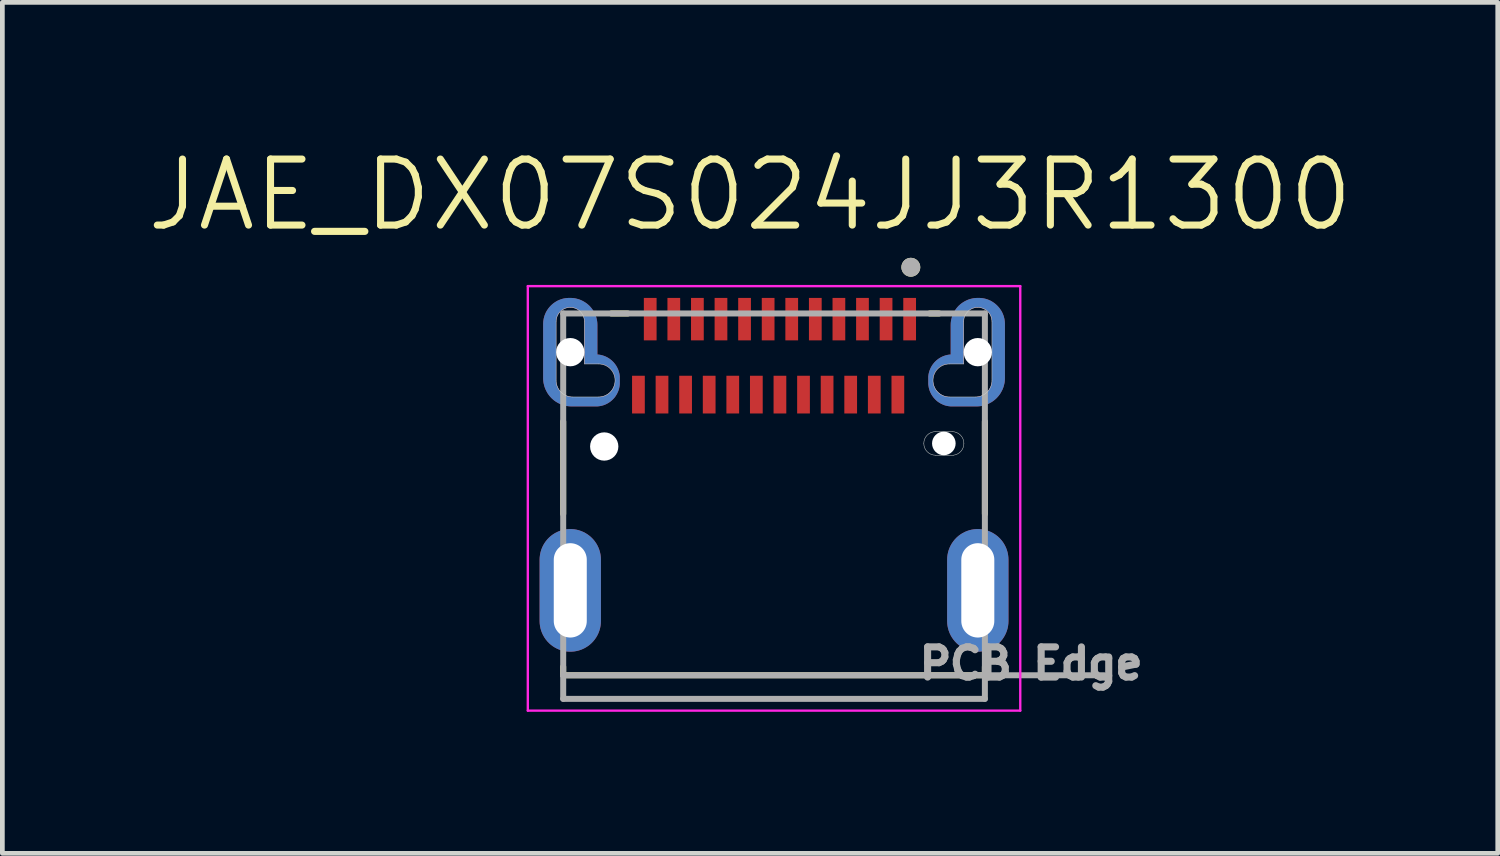
<source format=kicad_pcb>
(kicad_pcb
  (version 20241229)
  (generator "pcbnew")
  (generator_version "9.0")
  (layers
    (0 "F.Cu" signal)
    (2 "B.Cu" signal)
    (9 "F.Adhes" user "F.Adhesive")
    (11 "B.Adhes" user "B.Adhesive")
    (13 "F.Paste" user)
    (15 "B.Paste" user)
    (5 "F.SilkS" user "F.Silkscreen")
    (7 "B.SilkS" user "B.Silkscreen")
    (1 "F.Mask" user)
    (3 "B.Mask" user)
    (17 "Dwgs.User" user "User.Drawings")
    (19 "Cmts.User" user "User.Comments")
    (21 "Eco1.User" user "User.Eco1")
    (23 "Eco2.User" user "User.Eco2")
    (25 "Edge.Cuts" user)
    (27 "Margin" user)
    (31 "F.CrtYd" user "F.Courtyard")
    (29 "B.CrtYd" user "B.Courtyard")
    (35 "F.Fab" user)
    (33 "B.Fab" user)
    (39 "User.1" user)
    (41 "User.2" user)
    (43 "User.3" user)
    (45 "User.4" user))
  (footprint "JAE_DX07S024JJ3R1300"
    (layer "F.Cu")
    (at 13.36 6.416)
    (property "Reference" "JAE_DX07S024JJ3R1300" (at -0.508 -5.334 0) (layer "F.SilkS") (effects (font (size 1.4 1.4) (thickness 0.15))))
    (attr smd)
    (fp_poly (pts (xy 4.895 -2.16) (xy 4.895 -2.595) (xy 4.894 -2.624) (xy 4.892 -2.653) (xy 4.888 -2.682) (xy 4.883 -2.71) (xy 4.876 -2.739) (xy 4.868 -2.767) (xy 4.858 -2.794) (xy 4.847 -2.821) (xy 4.835 -2.847) (xy 4.821 -2.873) (xy 4.805 -2.897) (xy 4.789 -2.921) (xy 4.771 -2.944) (xy 4.752 -2.966) (xy 4.732 -2.987) (xy 4.711 -3.007) (xy 4.689 -3.026) (xy 4.666 -3.044) (xy 4.642 -3.06) (xy 4.617 -3.076) (xy 4.592 -3.09) (xy 4.566 -3.102) (xy 4.539 -3.113) (xy 4.512 -3.123) (xy 4.484 -3.131) (xy 4.455 -3.138) (xy 4.427 -3.143) (xy 4.398 -3.147) (xy 4.369 -3.149) (xy 4.34 -3.15) (xy 4.32 -3.15) (xy 4.29 -3.149) (xy 4.26 -3.147) (xy 4.23 -3.143) (xy 4.2 -3.137) (xy 4.171 -3.13) (xy 4.142 -3.122) (xy 4.114 -3.112) (xy 4.086 -3.1) (xy 4.059 -3.087) (xy 4.033 -3.073) (xy 4.007 -3.057) (xy 3.982 -3.04) (xy 3.958 -3.022) (xy 3.935 -3.002) (xy 3.913 -2.982) (xy 3.893 -2.96) (xy 3.873 -2.937) (xy 3.855 -2.913) (xy 3.838 -2.888) (xy 3.822 -2.862) (xy 3.808 -2.836) (xy 3.795 -2.809) (xy 3.783 -2.781) (xy 3.773 -2.753) (xy 3.765 -2.724) (xy 3.758 -2.695) (xy 3.752 -2.665) (xy 3.748 -2.635) (xy 3.746 -2.605) (xy 3.745 -2.575) (xy 3.745 -1.95) (xy 3.735 -1.95) (xy 3.711 -1.947) (xy 3.688 -1.944) (xy 3.665 -1.939) (xy 3.641 -1.933) (xy 3.619 -1.926) (xy 3.596 -1.918) (xy 3.574 -1.909) (xy 3.553 -1.899) (xy 3.532 -1.888) (xy 3.511 -1.876) (xy 3.491 -1.863) (xy 3.472 -1.849) (xy 3.453 -1.834) (xy 3.435 -1.819) (xy 3.418 -1.802) (xy 3.401 -1.785) (xy 3.386 -1.767) (xy 3.371 -1.748) (xy 3.357 -1.729) (xy 3.344 -1.709) (xy 3.332 -1.688) (xy 3.321 -1.667) (xy 3.311 -1.646) (xy 3.302 -1.624) (xy 3.294 -1.601) (xy 3.287 -1.579) (xy 3.281 -1.555) (xy 3.276 -1.532) (xy 3.273 -1.509) (xy 3.27 -1.485) (xy 3.27 -1.325) (xy 3.272 -1.305) (xy 3.275 -1.281) (xy 3.279 -1.257) (xy 3.284 -1.233) (xy 3.291 -1.209) (xy 3.298 -1.186) (xy 3.307 -1.163) (xy 3.317 -1.141) (xy 3.328 -1.119) (xy 3.34 -1.097) (xy 3.353 -1.077) (xy 3.367 -1.057) (xy 3.382 -1.037) (xy 3.398 -1.019) (xy 3.414 -1.001) (xy 3.432 -0.984) (xy 3.45 -0.967) (xy 3.469 -0.952) (xy 3.489 -0.938) (xy 3.51 -0.925) (xy 3.531 -0.912) (xy 3.553 -0.901) (xy 3.575 -0.891) (xy 3.598 -0.881) (xy 3.621 -0.873) (xy 3.644 -0.866) (xy 3.668 -0.861) (xy 3.692 -0.856) (xy 3.716 -0.853) (xy 3.745 -0.85) (xy 4.29 -0.85) (xy 4.324 -0.851) (xy 4.355 -0.853) (xy 4.387 -0.857) (xy 4.418 -0.863) (xy 4.448 -0.871) (xy 4.479 -0.879) (xy 4.508 -0.89) (xy 4.538 -0.902) (xy 4.566 -0.916) (xy 4.594 -0.931) (xy 4.621 -0.947) (xy 4.647 -0.965) (xy 4.672 -0.984) (xy 4.696 -1.005) (xy 4.719 -1.026) (xy 4.74 -1.049) (xy 4.761 -1.073) (xy 4.78 -1.098) (xy 4.798 -1.124) (xy 4.814 -1.151) (xy 4.829 -1.179) (xy 4.843 -1.207) (xy 4.855 -1.237) (xy 4.866 -1.266) (xy 4.874 -1.297) (xy 4.882 -1.327) (xy 4.888 -1.358) (xy 4.892 -1.39) (xy 4.894 -1.421) (xy 4.895 -1.45) (xy 4.895 -2.16) (xy 4.62 -2.16) (xy 4.62 -1.43) (xy 4.621 -1.411) (xy 4.621 -1.393) (xy 4.62 -1.374) (xy 4.617 -1.355) (xy 4.614 -1.337) (xy 4.61 -1.319) (xy 4.605 -1.301) (xy 4.599 -1.283) (xy 4.593 -1.266) (xy 4.585 -1.249) (xy 4.576 -1.232) (xy 4.567 -1.216) (xy 4.557 -1.201) (xy 4.545 -1.186) (xy 4.534 -1.172) (xy 4.521 -1.158) (xy 4.508 -1.145) (xy 4.494 -1.132) (xy 4.479 -1.121) (xy 4.464 -1.11) (xy 4.448 -1.1) (xy 4.432 -1.091) (xy 4.415 -1.082) (xy 4.398 -1.075) (xy 4.381 -1.069) (xy 4.363 -1.063) (xy 4.345 -1.058) (xy 4.327 -1.055) (xy 4.308 -1.052) (xy 4.29 -1.05) (xy 3.735 -1.05) (xy 3.717 -1.05) (xy 3.697 -1.051) (xy 3.678 -1.053) (xy 3.66 -1.056) (xy 3.641 -1.06) (xy 3.622 -1.065) (xy 3.604 -1.07) (xy 3.586 -1.077) (xy 3.569 -1.085) (xy 3.552 -1.094) (xy 3.536 -1.104) (xy 3.52 -1.114) (xy 3.504 -1.126) (xy 3.49 -1.138) (xy 3.476 -1.151) (xy 3.462 -1.165) (xy 3.45 -1.179) (xy 3.438 -1.194) (xy 3.427 -1.21) (xy 3.417 -1.226) (xy 3.408 -1.243) (xy 3.4 -1.261) (xy 3.393 -1.278) (xy 3.386 -1.296) (xy 3.381 -1.315) (xy 3.377 -1.333) (xy 3.374 -1.352) (xy 3.371 -1.371) (xy 3.37 -1.39) (xy 3.37 -1.41) (xy 3.37 -1.428) (xy 3.372 -1.446) (xy 3.374 -1.463) (xy 3.377 -1.481) (xy 3.382 -1.498) (xy 3.387 -1.515) (xy 3.393 -1.532) (xy 3.399 -1.548) (xy 3.407 -1.564) (xy 3.416 -1.58) (xy 3.425 -1.595) (xy 3.435 -1.61) (xy 3.446 -1.624) (xy 3.457 -1.638) (xy 3.47 -1.65) (xy 3.482 -1.663) (xy 3.496 -1.674) (xy 3.51 -1.685) (xy 3.525 -1.695) (xy 3.54 -1.704) (xy 3.556 -1.713) (xy 3.572 -1.721) (xy 3.588 -1.727) (xy 3.605 -1.733) (xy 3.622 -1.738) (xy 3.639 -1.743) (xy 3.657 -1.746) (xy 3.674 -1.748) (xy 3.692 -1.75) (xy 3.71 -1.75) (xy 4.02 -1.75) (xy 4.02 -2.65) (xy 4.02 -2.666) (xy 4.022 -2.681) (xy 4.024 -2.697) (xy 4.027 -2.712) (xy 4.03 -2.728) (xy 4.035 -2.743) (xy 4.04 -2.758) (xy 4.046 -2.772) (xy 4.053 -2.786) (xy 4.06 -2.8) (xy 4.068 -2.813) (xy 4.077 -2.826) (xy 4.087 -2.839) (xy 4.097 -2.851) (xy 4.108 -2.862) (xy 4.119 -2.873) (xy 4.131 -2.883) (xy 4.144 -2.893) (xy 4.157 -2.902) (xy 4.17 -2.91) (xy 4.184 -2.917) (xy 4.198 -2.924) (xy 4.212 -2.93) (xy 4.227 -2.935) (xy 4.242 -2.94) (xy 4.258 -2.943) (xy 4.273 -2.946) (xy 4.289 -2.948) (xy 4.304 -2.95) (xy 4.32 -2.95) (xy 4.336 -2.95) (xy 4.351 -2.948) (xy 4.367 -2.946) (xy 4.382 -2.943) (xy 4.398 -2.94) (xy 4.413 -2.935) (xy 4.428 -2.93) (xy 4.442 -2.924) (xy 4.456 -2.917) (xy 4.47 -2.91) (xy 4.483 -2.902) (xy 4.496 -2.893) (xy 4.509 -2.883) (xy 4.521 -2.873) (xy 4.532 -2.862) (xy 4.543 -2.851) (xy 4.553 -2.839) (xy 4.563 -2.826) (xy 4.572 -2.813) (xy 4.58 -2.8) (xy 4.587 -2.786) (xy 4.594 -2.772) (xy 4.6 -2.758) (xy 4.605 -2.743) (xy 4.61 -2.728) (xy 4.613 -2.712) (xy 4.616 -2.697) (xy 4.618 -2.681) (xy 4.62 -2.666) (xy 4.62 -2.65) (xy 4.62 -2.16) (xy 4.895 -2.16) (xy 4.895 -2.16)) (stroke (width 0.001) (type solid)) (fill yes) (layer "F.Cu"))
    (fp_poly (pts (xy -4.895 -2.16) (xy -4.895 -2.595) (xy -4.894 -2.624) (xy -4.892 -2.653) (xy -4.888 -2.682) (xy -4.883 -2.71) (xy -4.876 -2.739) (xy -4.868 -2.767) (xy -4.858 -2.794) (xy -4.847 -2.821) (xy -4.835 -2.847) (xy -4.821 -2.873) (xy -4.805 -2.897) (xy -4.789 -2.921) (xy -4.771 -2.944) (xy -4.752 -2.966) (xy -4.732 -2.987) (xy -4.711 -3.007) (xy -4.689 -3.026) (xy -4.666 -3.044) (xy -4.642 -3.06) (xy -4.617 -3.076) (xy -4.592 -3.09) (xy -4.566 -3.102) (xy -4.539 -3.113) (xy -4.512 -3.123) (xy -4.484 -3.131) (xy -4.455 -3.138) (xy -4.427 -3.143) (xy -4.398 -3.147) (xy -4.369 -3.149) (xy -4.34 -3.15) (xy -4.32 -3.15) (xy -4.29 -3.149) (xy -4.26 -3.147) (xy -4.23 -3.143) (xy -4.2 -3.137) (xy -4.171 -3.13) (xy -4.142 -3.122) (xy -4.114 -3.112) (xy -4.086 -3.1) (xy -4.059 -3.087) (xy -4.033 -3.073) (xy -4.007 -3.057) (xy -3.982 -3.04) (xy -3.958 -3.022) (xy -3.935 -3.002) (xy -3.913 -2.982) (xy -3.893 -2.96) (xy -3.873 -2.937) (xy -3.855 -2.913) (xy -3.838 -2.888) (xy -3.822 -2.862) (xy -3.808 -2.836) (xy -3.795 -2.809) (xy -3.783 -2.781) (xy -3.773 -2.753) (xy -3.765 -2.724) (xy -3.758 -2.695) (xy -3.752 -2.665) (xy -3.748 -2.635) (xy -3.746 -2.605) (xy -3.745 -2.575) (xy -3.745 -2.57) (xy -3.745 -1.95) (xy -3.735 -1.95) (xy -3.711 -1.947) (xy -3.688 -1.944) (xy -3.665 -1.939) (xy -3.641 -1.933) (xy -3.619 -1.926) (xy -3.596 -1.918) (xy -3.574 -1.909) (xy -3.553 -1.899) (xy -3.532 -1.888) (xy -3.511 -1.876) (xy -3.491 -1.863) (xy -3.472 -1.849) (xy -3.453 -1.834) (xy -3.435 -1.819) (xy -3.418 -1.802) (xy -3.401 -1.785) (xy -3.386 -1.767) (xy -3.371 -1.748) (xy -3.357 -1.729) (xy -3.344 -1.709) (xy -3.332 -1.688) (xy -3.321 -1.667) (xy -3.311 -1.646) (xy -3.302 -1.624) (xy -3.294 -1.601) (xy -3.287 -1.579) (xy -3.281 -1.555) (xy -3.276 -1.532) (xy -3.273 -1.509) (xy -3.27 -1.485) (xy -3.27 -1.325) (xy -3.273 -1.296) (xy -3.276 -1.272) (xy -3.281 -1.248) (xy -3.286 -1.224) (xy -3.293 -1.201) (xy -3.301 -1.178) (xy -3.311 -1.155) (xy -3.321 -1.133) (xy -3.332 -1.111) (xy -3.345 -1.09) (xy -3.358 -1.069) (xy -3.372 -1.049) (xy -3.387 -1.03) (xy -3.404 -1.012) (xy -3.421 -0.994) (xy -3.439 -0.978) (xy -3.457 -0.962) (xy -3.477 -0.947) (xy -3.497 -0.933) (xy -3.517 -0.92) (xy -3.539 -0.908) (xy -3.561 -0.897) (xy -3.583 -0.887) (xy -3.606 -0.878) (xy -3.629 -0.871) (xy -3.653 -0.864) (xy -3.677 -0.859) (xy -3.701 -0.855) (xy -3.725 -0.852) (xy -3.745 -0.85) (xy -4.29 -0.85) (xy -4.324 -0.851) (xy -4.355 -0.853) (xy -4.387 -0.857) (xy -4.418 -0.863) (xy -4.448 -0.871) (xy -4.479 -0.879) (xy -4.508 -0.89) (xy -4.538 -0.902) (xy -4.566 -0.916) (xy -4.594 -0.931) (xy -4.621 -0.947) (xy -4.647 -0.965) (xy -4.672 -0.984) (xy -4.696 -1.005) (xy -4.719 -1.026) (xy -4.74 -1.049) (xy -4.761 -1.073) (xy -4.78 -1.098) (xy -4.798 -1.124) (xy -4.814 -1.151) (xy -4.829 -1.179) (xy -4.843 -1.207) (xy -4.855 -1.237) (xy -4.866 -1.266) (xy -4.874 -1.297) (xy -4.882 -1.327) (xy -4.888 -1.358) (xy -4.892 -1.39) (xy -4.894 -1.421) (xy -4.895 -1.45) (xy -4.895 -1.485) (xy -4.895 -2.16) (xy -4.62 -2.16) (xy -4.62 -1.43) (xy -4.621 -1.411) (xy -4.621 -1.393) (xy -4.62 -1.374) (xy -4.617 -1.355) (xy -4.614 -1.337) (xy -4.61 -1.319) (xy -4.605 -1.301) (xy -4.599 -1.283) (xy -4.593 -1.266) (xy -4.585 -1.249) (xy -4.576 -1.232) (xy -4.567 -1.216) (xy -4.557 -1.201) (xy -4.545 -1.186) (xy -4.534 -1.172) (xy -4.521 -1.158) (xy -4.508 -1.145) (xy -4.494 -1.132) (xy -4.479 -1.121) (xy -4.464 -1.11) (xy -4.448 -1.1) (xy -4.432 -1.091) (xy -4.415 -1.082) (xy -4.398 -1.075) (xy -4.381 -1.069) (xy -4.363 -1.063) (xy -4.345 -1.058) (xy -4.327 -1.055) (xy -4.308 -1.052) (xy -4.29 -1.05) (xy -4.13 -1.05) (xy -3.745 -1.05) (xy -3.735 -1.05) (xy -3.717 -1.05) (xy -3.697 -1.051) (xy -3.678 -1.053) (xy -3.66 -1.056) (xy -3.641 -1.06) (xy -3.622 -1.065) (xy -3.604 -1.07) (xy -3.586 -1.077) (xy -3.569 -1.085) (xy -3.552 -1.094) (xy -3.536 -1.104) (xy -3.52 -1.114) (xy -3.504 -1.126) (xy -3.49 -1.138) (xy -3.476 -1.151) (xy -3.462 -1.165) (xy -3.45 -1.179) (xy -3.438 -1.194) (xy -3.427 -1.21) (xy -3.417 -1.226) (xy -3.408 -1.243) (xy -3.4 -1.261) (xy -3.393 -1.278) (xy -3.386 -1.296) (xy -3.381 -1.315) (xy -3.377 -1.333) (xy -3.374 -1.352) (xy -3.371 -1.371) (xy -3.37 -1.39) (xy -3.37 -1.41) (xy -3.37 -1.428) (xy -3.372 -1.446) (xy -3.374 -1.463) (xy -3.377 -1.481) (xy -3.382 -1.498) (xy -3.387 -1.515) (xy -3.393 -1.532) (xy -3.399 -1.548) (xy -3.407 -1.564) (xy -3.416 -1.58) (xy -3.425 -1.595) (xy -3.435 -1.61) (xy -3.446 -1.624) (xy -3.457 -1.638) (xy -3.47 -1.65) (xy -3.482 -1.663) (xy -3.496 -1.674) (xy -3.51 -1.685) (xy -3.525 -1.695) (xy -3.54 -1.704) (xy -3.556 -1.713) (xy -3.572 -1.721) (xy -3.588 -1.727) (xy -3.605 -1.733) (xy -3.622 -1.738) (xy -3.639 -1.743) (xy -3.657 -1.746) (xy -3.674 -1.748) (xy -3.692 -1.75) (xy -3.71 -1.75) (xy -4.02 -1.75) (xy -4.02 -2.645) (xy -4.02 -2.65) (xy -4.02 -2.666) (xy -4.022 -2.681) (xy -4.024 -2.697) (xy -4.027 -2.712) (xy -4.03 -2.728) (xy -4.035 -2.743) (xy -4.04 -2.758) (xy -4.046 -2.772) (xy -4.053 -2.786) (xy -4.06 -2.8) (xy -4.068 -2.813) (xy -4.077 -2.826) (xy -4.087 -2.839) (xy -4.097 -2.851) (xy -4.108 -2.862) (xy -4.119 -2.873) (xy -4.131 -2.883) (xy -4.144 -2.893) (xy -4.157 -2.902) (xy -4.17 -2.91) (xy -4.184 -2.917) (xy -4.198 -2.924) (xy -4.212 -2.93) (xy -4.227 -2.935) (xy -4.242 -2.94) (xy -4.258 -2.943) (xy -4.273 -2.946) (xy -4.289 -2.948) (xy -4.304 -2.95) (xy -4.32 -2.95) (xy -4.336 -2.95) (xy -4.351 -2.948) (xy -4.367 -2.946) (xy -4.382 -2.943) (xy -4.398 -2.94) (xy -4.413 -2.935) (xy -4.428 -2.93) (xy -4.442 -2.924) (xy -4.456 -2.917) (xy -4.47 -2.91) (xy -4.483 -2.902) (xy -4.496 -2.893) (xy -4.509 -2.883) (xy -4.521 -2.873) (xy -4.532 -2.862) (xy -4.543 -2.851) (xy -4.553 -2.839) (xy -4.563 -2.826) (xy -4.572 -2.813) (xy -4.58 -2.8) (xy -4.587 -2.786) (xy -4.594 -2.772) (xy -4.6 -2.758) (xy -4.605 -2.743) (xy -4.61 -2.728) (xy -4.613 -2.712) (xy -4.616 -2.697) (xy -4.618 -2.681) (xy -4.62 -2.666) (xy -4.62 -2.65) (xy -4.62 -2.64) (xy -4.62 -2.16) (xy -4.895 -2.16) (xy -4.895 -2.16)) (stroke (width 0.001) (type solid)) (fill yes) (layer "F.Cu"))
    (fp_poly (pts (xy 3.06 -0.065) (xy 3.061 -0.086) (xy 3.063 -0.105) (xy 3.066 -0.124) (xy 3.071 -0.142) (xy 3.076 -0.16) (xy 3.082 -0.178) (xy 3.088 -0.196) (xy 3.096 -0.213) (xy 3.105 -0.23) (xy 3.115 -0.246) (xy 3.125 -0.262) (xy 3.136 -0.277) (xy 3.148 -0.291) (xy 3.161 -0.305) (xy 3.174 -0.318) (xy 3.189 -0.331) (xy 3.203 -0.343) (xy 3.219 -0.354) (xy 3.235 -0.364) (xy 3.251 -0.373) (xy 3.268 -0.381) (xy 3.285 -0.389) (xy 3.303 -0.396) (xy 3.321 -0.401) (xy 3.339 -0.406) (xy 3.357 -0.41) (xy 3.376 -0.412) (xy 3.395 -0.414) (xy 3.414 -0.415) (xy 3.43 -0.415) (xy 3.78 -0.415) (xy 3.796 -0.415) (xy 3.813 -0.414) (xy 3.831 -0.413) (xy 3.848 -0.41) (xy 3.865 -0.407) (xy 3.882 -0.402) (xy 3.899 -0.397) (xy 3.916 -0.391) (xy 3.932 -0.384) (xy 3.947 -0.376) (xy 3.963 -0.367) (xy 3.977 -0.358) (xy 3.992 -0.348) (xy 4.005 -0.337) (xy 4.019 -0.325) (xy 4.031 -0.313) (xy 4.043 -0.3) (xy 4.054 -0.286) (xy 4.065 -0.272) (xy 4.074 -0.258) (xy 4.083 -0.242) (xy 4.091 -0.227) (xy 4.099 -0.211) (xy 4.105 -0.195) (xy 4.111 -0.178) (xy 4.115 -0.161) (xy 4.119 -0.144) (xy 4.122 -0.127) (xy 4.124 -0.109) (xy 4.125 -0.09) (xy 4.125 -0.05) (xy 4.124 -0.03) (xy 4.122 -0.012) (xy 4.119 0.006) (xy 4.115 0.023) (xy 4.11 0.041) (xy 4.104 0.058) (xy 4.098 0.075) (xy 4.09 0.091) (xy 4.082 0.107) (xy 4.073 0.123) (xy 4.063 0.138) (xy 4.052 0.152) (xy 4.04 0.166) (xy 4.028 0.18) (xy 4.015 0.192) (xy 4.002 0.204) (xy 3.988 0.216) (xy 3.973 0.226) (xy 3.958 0.236) (xy 3.942 0.245) (xy 3.926 0.253) (xy 3.909 0.26) (xy 3.892 0.266) (xy 3.875 0.272) (xy 3.858 0.276) (xy 3.84 0.28) (xy 3.822 0.283) (xy 3.804 0.284) (xy 3.786 0.285) (xy 3.77 0.285) (xy 3.42 0.285) (xy 3.403 0.285) (xy 3.384 0.285) (xy 3.365 0.283) (xy 3.347 0.281) (xy 3.328 0.277) (xy 3.31 0.272) (xy 3.292 0.267) (xy 3.274 0.26) (xy 3.257 0.253) (xy 3.24 0.244) (xy 3.224 0.235) (xy 3.208 0.225) (xy 3.193 0.214) (xy 3.179 0.202) (xy 3.165 0.189) (xy 3.152 0.176) (xy 3.139 0.161) (xy 3.128 0.147) (xy 3.117 0.131) (xy 3.107 0.115) (xy 3.098 0.099) (xy 3.09 0.082) (xy 3.083 0.065) (xy 3.076 0.047) (xy 3.071 0.029) (xy 3.067 0.011) (xy 3.064 -0.008) (xy 3.061 -0.027) (xy 3.06 -0.045) (xy 3.06 -0.065)) (stroke (width 0.001) (type solid)) (fill yes) (layer "F.Mask"))
    (fp_poly (pts (xy -4.995 -2.585) (xy -4.994 -2.62) (xy -4.991 -2.654) (xy -4.987 -2.688) (xy -4.981 -2.722) (xy -4.973 -2.756) (xy -4.963 -2.789) (xy -4.951 -2.822) (xy -4.938 -2.853) (xy -4.923 -2.885) (xy -4.907 -2.915) (xy -4.889 -2.944) (xy -4.869 -2.973) (xy -4.848 -3) (xy -4.825 -3.027) (xy -4.802 -3.052) (xy -4.777 -3.075) (xy -4.75 -3.098) (xy -4.723 -3.119) (xy -4.694 -3.139) (xy -4.665 -3.157) (xy -4.635 -3.173) (xy -4.603 -3.188) (xy -4.572 -3.201) (xy -4.539 -3.213) (xy -4.506 -3.223) (xy -4.472 -3.231) (xy -4.438 -3.237) (xy -4.404 -3.241) (xy -4.37 -3.244) (xy -4.335 -3.245) (xy -4.285 -3.245) (xy -4.252 -3.244) (xy -4.218 -3.241) (xy -4.185 -3.237) (xy -4.152 -3.231) (xy -4.119 -3.223) (xy -4.087 -3.214) (xy -4.056 -3.202) (xy -4.025 -3.19) (xy -3.994 -3.175) (xy -3.965 -3.159) (xy -3.936 -3.142) (xy -3.909 -3.123) (xy -3.882 -3.102) (xy -3.857 -3.081) (xy -3.832 -3.058) (xy -3.809 -3.033) (xy -3.788 -3.008) (xy -3.767 -2.981) (xy -3.748 -2.954) (xy -3.731 -2.925) (xy -3.715 -2.896) (xy -3.7 -2.865) (xy -3.688 -2.834) (xy -3.676 -2.803) (xy -3.667 -2.771) (xy -3.659 -2.738) (xy -3.653 -2.705) (xy -3.649 -2.672) (xy -3.646 -2.638) (xy -3.645 -2.605) (xy -3.63 -1.935) (xy -3.605 -1.933) (xy -3.583 -1.93) (xy -3.561 -1.926) (xy -3.539 -1.921) (xy -3.517 -1.914) (xy -3.496 -1.907) (xy -3.475 -1.898) (xy -3.455 -1.889) (xy -3.435 -1.878) (xy -3.416 -1.866) (xy -3.397 -1.853) (xy -3.379 -1.84) (xy -3.362 -1.825) (xy -3.346 -1.809) (xy -3.33 -1.793) (xy -3.315 -1.776) (xy -3.302 -1.758) (xy -3.289 -1.739) (xy -3.277 -1.72) (xy -3.266 -1.7) (xy -3.257 -1.68) (xy -3.248 -1.659) (xy -3.241 -1.638) (xy -3.234 -1.616) (xy -3.229 -1.594) (xy -3.225 -1.572) (xy -3.222 -1.55) (xy -3.22 -1.528) (xy -3.22 -1.505) (xy -3.22 -1.485) (xy -3.22 -1.34) (xy -3.221 -1.307) (xy -3.223 -1.276) (xy -3.227 -1.246) (xy -3.233 -1.215) (xy -3.24 -1.185) (xy -3.249 -1.156) (xy -3.259 -1.127) (xy -3.271 -1.099) (xy -3.284 -1.071) (xy -3.299 -1.044) (xy -3.315 -1.018) (xy -3.332 -0.992) (xy -3.351 -0.968) (xy -3.371 -0.944) (xy -3.392 -0.922) (xy -3.414 -0.901) (xy -3.438 -0.881) (xy -3.462 -0.862) (xy -3.488 -0.845) (xy -3.514 -0.829) (xy -3.541 -0.814) (xy -3.569 -0.801) (xy -3.597 -0.789) (xy -3.626 -0.779) (xy -3.655 -0.77) (xy -3.685 -0.763) (xy -3.716 -0.757) (xy -3.746 -0.753) (xy -3.777 -0.751) (xy -3.805 -0.75) (xy -4.245 -0.75) (xy -4.281 -0.748) (xy -4.317 -0.748) (xy -4.353 -0.749) (xy -4.389 -0.753) (xy -4.425 -0.758) (xy -4.461 -0.765) (xy -4.496 -0.774) (xy -4.53 -0.785) (xy -4.564 -0.798) (xy -4.598 -0.812) (xy -4.63 -0.828) (xy -4.662 -0.846) (xy -4.692 -0.866) (xy -4.722 -0.887) (xy -4.75 -0.909) (xy -4.777 -0.933) (xy -4.803 -0.959) (xy -4.828 -0.986) (xy -4.851 -1.014) (xy -4.872 -1.043) (xy -4.892 -1.073) (xy -4.911 -1.104) (xy -4.928 -1.136) (xy -4.943 -1.169) (xy -4.956 -1.203) (xy -4.967 -1.238) (xy -4.977 -1.272) (xy -4.985 -1.308) (xy -4.991 -1.344) (xy -4.995 -1.38) (xy -4.995 -2.585)) (stroke (width 0.001) (type solid)) (fill yes) (layer "F.Mask"))
    (fp_poly (pts (xy 4.995 -2.585) (xy 4.994 -2.62) (xy 4.991 -2.654) (xy 4.987 -2.688) (xy 4.981 -2.722) (xy 4.973 -2.756) (xy 4.963 -2.789) (xy 4.951 -2.822) (xy 4.938 -2.853) (xy 4.923 -2.885) (xy 4.907 -2.915) (xy 4.889 -2.944) (xy 4.869 -2.973) (xy 4.848 -3) (xy 4.825 -3.027) (xy 4.802 -3.052) (xy 4.777 -3.075) (xy 4.75 -3.098) (xy 4.723 -3.119) (xy 4.694 -3.139) (xy 4.665 -3.157) (xy 4.635 -3.173) (xy 4.603 -3.188) (xy 4.572 -3.201) (xy 4.539 -3.213) (xy 4.506 -3.223) (xy 4.472 -3.231) (xy 4.438 -3.237) (xy 4.404 -3.241) (xy 4.37 -3.244) (xy 4.335 -3.245) (xy 4.285 -3.245) (xy 4.252 -3.244) (xy 4.218 -3.241) (xy 4.185 -3.237) (xy 4.152 -3.231) (xy 4.119 -3.223) (xy 4.087 -3.214) (xy 4.056 -3.202) (xy 4.025 -3.19) (xy 3.994 -3.175) (xy 3.965 -3.159) (xy 3.936 -3.142) (xy 3.909 -3.123) (xy 3.882 -3.102) (xy 3.857 -3.081) (xy 3.832 -3.058) (xy 3.809 -3.033) (xy 3.788 -3.008) (xy 3.767 -2.981) (xy 3.748 -2.954) (xy 3.731 -2.925) (xy 3.715 -2.896) (xy 3.7 -2.865) (xy 3.688 -2.834) (xy 3.676 -2.803) (xy 3.667 -2.771) (xy 3.659 -2.738) (xy 3.653 -2.705) (xy 3.649 -2.672) (xy 3.646 -2.638) (xy 3.645 -2.605) (xy 3.63 -1.935) (xy 3.605 -1.933) (xy 3.583 -1.93) (xy 3.561 -1.926) (xy 3.539 -1.921) (xy 3.517 -1.914) (xy 3.496 -1.907) (xy 3.475 -1.898) (xy 3.455 -1.889) (xy 3.435 -1.878) (xy 3.416 -1.866) (xy 3.397 -1.853) (xy 3.379 -1.84) (xy 3.362 -1.825) (xy 3.346 -1.809) (xy 3.33 -1.793) (xy 3.315 -1.776) (xy 3.302 -1.758) (xy 3.289 -1.739) (xy 3.277 -1.72) (xy 3.266 -1.7) (xy 3.257 -1.68) (xy 3.248 -1.659) (xy 3.241 -1.638) (xy 3.234 -1.616) (xy 3.229 -1.594) (xy 3.225 -1.572) (xy 3.222 -1.55) (xy 3.22 -1.528) (xy 3.22 -1.505) (xy 3.22 -1.485) (xy 3.22 -1.34) (xy 3.221 -1.307) (xy 3.223 -1.276) (xy 3.227 -1.246) (xy 3.233 -1.215) (xy 3.24 -1.185) (xy 3.249 -1.156) (xy 3.259 -1.127) (xy 3.271 -1.099) (xy 3.284 -1.071) (xy 3.299 -1.044) (xy 3.315 -1.018) (xy 3.332 -0.992) (xy 3.351 -0.968) (xy 3.371 -0.944) (xy 3.392 -0.922) (xy 3.414 -0.901) (xy 3.438 -0.881) (xy 3.462 -0.862) (xy 3.488 -0.845) (xy 3.514 -0.829) (xy 3.541 -0.814) (xy 3.569 -0.801) (xy 3.597 -0.789) (xy 3.626 -0.779) (xy 3.655 -0.77) (xy 3.685 -0.763) (xy 3.716 -0.757) (xy 3.746 -0.753) (xy 3.777 -0.751) (xy 3.805 -0.75) (xy 4.245 -0.75) (xy 4.281 -0.748) (xy 4.317 -0.748) (xy 4.353 -0.749) (xy 4.389 -0.753) (xy 4.425 -0.758) (xy 4.461 -0.765) (xy 4.496 -0.774) (xy 4.53 -0.785) (xy 4.564 -0.798) (xy 4.598 -0.812) (xy 4.63 -0.828) (xy 4.662 -0.846) (xy 4.692 -0.866) (xy 4.722 -0.887) (xy 4.75 -0.909) (xy 4.777 -0.933) (xy 4.803 -0.959) (xy 4.828 -0.986) (xy 4.851 -1.014) (xy 4.872 -1.043) (xy 4.892 -1.073) (xy 4.911 -1.104) (xy 4.928 -1.136) (xy 4.943 -1.169) (xy 4.956 -1.203) (xy 4.967 -1.238) (xy 4.977 -1.272) (xy 4.985 -1.308) (xy 4.991 -1.344) (xy 4.995 -1.38) (xy 4.995 -2.585)) (stroke (width 0.001) (type solid)) (fill yes) (layer "F.Mask"))
    (fp_poly (pts (xy -4.895 -2.16) (xy -4.895 -2.595) (xy -4.894 -2.624) (xy -4.892 -2.653) (xy -4.888 -2.682) (xy -4.883 -2.71) (xy -4.876 -2.739) (xy -4.868 -2.767) (xy -4.858 -2.794) (xy -4.847 -2.821) (xy -4.835 -2.847) (xy -4.821 -2.873) (xy -4.805 -2.897) (xy -4.789 -2.921) (xy -4.771 -2.944) (xy -4.752 -2.966) (xy -4.732 -2.987) (xy -4.711 -3.007) (xy -4.689 -3.026) (xy -4.666 -3.044) (xy -4.642 -3.06) (xy -4.617 -3.076) (xy -4.592 -3.09) (xy -4.566 -3.102) (xy -4.539 -3.113) (xy -4.512 -3.123) (xy -4.484 -3.131) (xy -4.455 -3.138) (xy -4.427 -3.143) (xy -4.398 -3.147) (xy -4.369 -3.149) (xy -4.34 -3.15) (xy -4.32 -3.15) (xy -4.29 -3.149) (xy -4.26 -3.147) (xy -4.23 -3.143) (xy -4.2 -3.137) (xy -4.171 -3.13) (xy -4.142 -3.122) (xy -4.114 -3.112) (xy -4.086 -3.1) (xy -4.059 -3.087) (xy -4.033 -3.073) (xy -4.007 -3.057) (xy -3.982 -3.04) (xy -3.958 -3.022) (xy -3.935 -3.002) (xy -3.913 -2.982) (xy -3.893 -2.96) (xy -3.873 -2.937) (xy -3.855 -2.913) (xy -3.838 -2.888) (xy -3.822 -2.862) (xy -3.808 -2.836) (xy -3.795 -2.809) (xy -3.783 -2.781) (xy -3.773 -2.753) (xy -3.765 -2.724) (xy -3.758 -2.695) (xy -3.752 -2.665) (xy -3.748 -2.635) (xy -3.746 -2.605) (xy -3.745 -2.575) (xy -3.745 -1.95) (xy -3.735 -1.95) (xy -3.711 -1.947) (xy -3.688 -1.944) (xy -3.665 -1.939) (xy -3.641 -1.933) (xy -3.619 -1.926) (xy -3.596 -1.918) (xy -3.574 -1.909) (xy -3.553 -1.899) (xy -3.532 -1.888) (xy -3.511 -1.876) (xy -3.491 -1.863) (xy -3.472 -1.849) (xy -3.453 -1.834) (xy -3.435 -1.819) (xy -3.418 -1.802) (xy -3.401 -1.785) (xy -3.386 -1.767) (xy -3.371 -1.748) (xy -3.357 -1.729) (xy -3.344 -1.709) (xy -3.332 -1.688) (xy -3.321 -1.667) (xy -3.311 -1.646) (xy -3.302 -1.624) (xy -3.294 -1.601) (xy -3.287 -1.579) (xy -3.281 -1.555) (xy -3.276 -1.532) (xy -3.273 -1.509) (xy -3.27 -1.485) (xy -3.27 -1.325) (xy -3.273 -1.296) (xy -3.276 -1.272) (xy -3.281 -1.248) (xy -3.286 -1.224) (xy -3.293 -1.201) (xy -3.301 -1.178) (xy -3.311 -1.155) (xy -3.321 -1.133) (xy -3.332 -1.111) (xy -3.345 -1.09) (xy -3.358 -1.069) (xy -3.372 -1.049) (xy -3.387 -1.03) (xy -3.404 -1.012) (xy -3.421 -0.994) (xy -3.439 -0.978) (xy -3.457 -0.962) (xy -3.477 -0.947) (xy -3.497 -0.933) (xy -3.517 -0.92) (xy -3.539 -0.908) (xy -3.561 -0.897) (xy -3.583 -0.887) (xy -3.606 -0.878) (xy -3.629 -0.871) (xy -3.653 -0.864) (xy -3.677 -0.859) (xy -3.701 -0.855) (xy -3.725 -0.852) (xy -3.745 -0.85) (xy -4.29 -0.85) (xy -4.324 -0.851) (xy -4.355 -0.853) (xy -4.387 -0.857) (xy -4.418 -0.863) (xy -4.448 -0.871) (xy -4.479 -0.879) (xy -4.508 -0.89) (xy -4.538 -0.902) (xy -4.566 -0.916) (xy -4.594 -0.931) (xy -4.621 -0.947) (xy -4.647 -0.965) (xy -4.672 -0.984) (xy -4.696 -1.005) (xy -4.719 -1.026) (xy -4.74 -1.049) (xy -4.761 -1.073) (xy -4.78 -1.098) (xy -4.798 -1.124) (xy -4.814 -1.151) (xy -4.829 -1.179) (xy -4.843 -1.207) (xy -4.855 -1.237) (xy -4.866 -1.266) (xy -4.874 -1.297) (xy -4.882 -1.327) (xy -4.888 -1.358) (xy -4.892 -1.39) (xy -4.894 -1.421) (xy -4.895 -1.45) (xy -4.895 -2.16) (xy -4.62 -2.16) (xy -4.62 -1.43) (xy -4.621 -1.411) (xy -4.621 -1.393) (xy -4.62 -1.374) (xy -4.617 -1.355) (xy -4.614 -1.337) (xy -4.61 -1.319) (xy -4.605 -1.301) (xy -4.599 -1.283) (xy -4.593 -1.266) (xy -4.585 -1.249) (xy -4.576 -1.232) (xy -4.567 -1.216) (xy -4.557 -1.201) (xy -4.545 -1.186) (xy -4.534 -1.172) (xy -4.521 -1.158) (xy -4.508 -1.145) (xy -4.494 -1.132) (xy -4.479 -1.121) (xy -4.464 -1.11) (xy -4.448 -1.1) (xy -4.432 -1.091) (xy -4.415 -1.082) (xy -4.398 -1.075) (xy -4.381 -1.069) (xy -4.363 -1.063) (xy -4.345 -1.058) (xy -4.327 -1.055) (xy -4.308 -1.052) (xy -4.29 -1.05) (xy -3.735 -1.05) (xy -3.717 -1.05) (xy -3.697 -1.051) (xy -3.678 -1.053) (xy -3.66 -1.056) (xy -3.641 -1.06) (xy -3.622 -1.065) (xy -3.604 -1.07) (xy -3.586 -1.077) (xy -3.569 -1.085) (xy -3.552 -1.094) (xy -3.536 -1.104) (xy -3.52 -1.114) (xy -3.504 -1.126) (xy -3.49 -1.138) (xy -3.476 -1.151) (xy -3.462 -1.165) (xy -3.45 -1.179) (xy -3.438 -1.194) (xy -3.427 -1.21) (xy -3.417 -1.226) (xy -3.408 -1.243) (xy -3.4 -1.261) (xy -3.393 -1.278) (xy -3.386 -1.296) (xy -3.381 -1.315) (xy -3.377 -1.333) (xy -3.374 -1.352) (xy -3.371 -1.371) (xy -3.37 -1.39) (xy -3.37 -1.41) (xy -3.37 -1.428) (xy -3.372 -1.446) (xy -3.374 -1.463) (xy -3.377 -1.481) (xy -3.382 -1.498) (xy -3.387 -1.515) (xy -3.393 -1.532) (xy -3.399 -1.548) (xy -3.407 -1.564) (xy -3.416 -1.58) (xy -3.425 -1.595) (xy -3.435 -1.61) (xy -3.446 -1.624) (xy -3.457 -1.638) (xy -3.47 -1.65) (xy -3.482 -1.663) (xy -3.496 -1.674) (xy -3.51 -1.685) (xy -3.525 -1.695) (xy -3.54 -1.704) (xy -3.556 -1.713) (xy -3.572 -1.721) (xy -3.588 -1.727) (xy -3.605 -1.733) (xy -3.622 -1.738) (xy -3.639 -1.743) (xy -3.657 -1.746) (xy -3.674 -1.748) (xy -3.692 -1.75) (xy -3.71 -1.75) (xy -4.02 -1.75) (xy -4.02 -2.65) (xy -4.02 -2.666) (xy -4.022 -2.681) (xy -4.024 -2.697) (xy -4.027 -2.712) (xy -4.03 -2.728) (xy -4.035 -2.743) (xy -4.04 -2.758) (xy -4.046 -2.772) (xy -4.053 -2.786) (xy -4.06 -2.8) (xy -4.068 -2.813) (xy -4.077 -2.826) (xy -4.087 -2.839) (xy -4.097 -2.851) (xy -4.108 -2.862) (xy -4.119 -2.873) (xy -4.131 -2.883) (xy -4.144 -2.893) (xy -4.157 -2.902) (xy -4.17 -2.91) (xy -4.184 -2.917) (xy -4.198 -2.924) (xy -4.212 -2.93) (xy -4.227 -2.935) (xy -4.242 -2.94) (xy -4.258 -2.943) (xy -4.273 -2.946) (xy -4.289 -2.948) (xy -4.304 -2.95) (xy -4.32 -2.95) (xy -4.336 -2.95) (xy -4.351 -2.948) (xy -4.367 -2.946) (xy -4.382 -2.943) (xy -4.398 -2.94) (xy -4.413 -2.935) (xy -4.428 -2.93) (xy -4.442 -2.924) (xy -4.456 -2.917) (xy -4.47 -2.91) (xy -4.483 -2.902) (xy -4.496 -2.893) (xy -4.509 -2.883) (xy -4.521 -2.873) (xy -4.532 -2.862) (xy -4.543 -2.851) (xy -4.553 -2.839) (xy -4.563 -2.826) (xy -4.572 -2.813) (xy -4.58 -2.8) (xy -4.587 -2.786) (xy -4.594 -2.772) (xy -4.6 -2.758) (xy -4.605 -2.743) (xy -4.61 -2.728) (xy -4.613 -2.712) (xy -4.616 -2.697) (xy -4.618 -2.681) (xy -4.62 -2.666) (xy -4.62 -2.65) (xy -4.62 -2.16) (xy -4.895 -2.16) (xy -4.895 -2.16)) (stroke (width 0.001) (type solid)) (fill yes) (layer "B.Cu"))
    (fp_poly (pts (xy 4.895 -2.16) (xy 4.895 -2.595) (xy 4.894 -2.624) (xy 4.892 -2.653) (xy 4.888 -2.682) (xy 4.883 -2.71) (xy 4.876 -2.739) (xy 4.868 -2.767) (xy 4.858 -2.794) (xy 4.847 -2.821) (xy 4.835 -2.847) (xy 4.821 -2.873) (xy 4.805 -2.897) (xy 4.789 -2.921) (xy 4.771 -2.944) (xy 4.752 -2.966) (xy 4.732 -2.987) (xy 4.711 -3.007) (xy 4.689 -3.026) (xy 4.666 -3.044) (xy 4.642 -3.06) (xy 4.617 -3.076) (xy 4.592 -3.09) (xy 4.566 -3.102) (xy 4.539 -3.113) (xy 4.512 -3.123) (xy 4.484 -3.131) (xy 4.455 -3.138) (xy 4.427 -3.143) (xy 4.398 -3.147) (xy 4.369 -3.149) (xy 4.34 -3.15) (xy 4.32 -3.15) (xy 4.29 -3.149) (xy 4.26 -3.147) (xy 4.23 -3.143) (xy 4.2 -3.137) (xy 4.171 -3.13) (xy 4.142 -3.122) (xy 4.114 -3.112) (xy 4.086 -3.1) (xy 4.059 -3.087) (xy 4.033 -3.073) (xy 4.007 -3.057) (xy 3.982 -3.04) (xy 3.958 -3.022) (xy 3.935 -3.002) (xy 3.913 -2.982) (xy 3.893 -2.96) (xy 3.873 -2.937) (xy 3.855 -2.913) (xy 3.838 -2.888) (xy 3.822 -2.862) (xy 3.808 -2.836) (xy 3.795 -2.809) (xy 3.783 -2.781) (xy 3.773 -2.753) (xy 3.765 -2.724) (xy 3.758 -2.695) (xy 3.752 -2.665) (xy 3.748 -2.635) (xy 3.746 -2.605) (xy 3.745 -2.575) (xy 3.745 -1.95) (xy 3.735 -1.95) (xy 3.711 -1.947) (xy 3.688 -1.944) (xy 3.665 -1.939) (xy 3.641 -1.933) (xy 3.619 -1.926) (xy 3.596 -1.918) (xy 3.574 -1.909) (xy 3.553 -1.899) (xy 3.532 -1.888) (xy 3.511 -1.876) (xy 3.491 -1.863) (xy 3.472 -1.849) (xy 3.453 -1.834) (xy 3.435 -1.819) (xy 3.418 -1.802) (xy 3.401 -1.785) (xy 3.386 -1.767) (xy 3.371 -1.748) (xy 3.357 -1.729) (xy 3.344 -1.709) (xy 3.332 -1.688) (xy 3.321 -1.667) (xy 3.311 -1.646) (xy 3.302 -1.624) (xy 3.294 -1.601) (xy 3.287 -1.579) (xy 3.281 -1.555) (xy 3.276 -1.532) (xy 3.273 -1.509) (xy 3.27 -1.485) (xy 3.27 -1.325) (xy 3.272 -1.305) (xy 3.275 -1.281) (xy 3.279 -1.257) (xy 3.284 -1.233) (xy 3.291 -1.209) (xy 3.298 -1.186) (xy 3.307 -1.163) (xy 3.317 -1.141) (xy 3.328 -1.119) (xy 3.34 -1.097) (xy 3.353 -1.077) (xy 3.367 -1.057) (xy 3.382 -1.037) (xy 3.398 -1.019) (xy 3.414 -1.001) (xy 3.432 -0.984) (xy 3.45 -0.967) (xy 3.469 -0.952) (xy 3.489 -0.938) (xy 3.51 -0.925) (xy 3.531 -0.912) (xy 3.553 -0.901) (xy 3.575 -0.891) (xy 3.598 -0.881) (xy 3.621 -0.873) (xy 3.644 -0.866) (xy 3.668 -0.861) (xy 3.692 -0.856) (xy 3.716 -0.853) (xy 3.745 -0.85) (xy 4.29 -0.85) (xy 4.324 -0.851) (xy 4.355 -0.853) (xy 4.387 -0.857) (xy 4.418 -0.863) (xy 4.448 -0.871) (xy 4.479 -0.879) (xy 4.508 -0.89) (xy 4.538 -0.902) (xy 4.566 -0.916) (xy 4.594 -0.931) (xy 4.621 -0.947) (xy 4.647 -0.965) (xy 4.672 -0.984) (xy 4.696 -1.005) (xy 4.719 -1.026) (xy 4.74 -1.049) (xy 4.761 -1.073) (xy 4.78 -1.098) (xy 4.798 -1.124) (xy 4.814 -1.151) (xy 4.829 -1.179) (xy 4.843 -1.207) (xy 4.855 -1.237) (xy 4.866 -1.266) (xy 4.874 -1.297) (xy 4.882 -1.327) (xy 4.888 -1.358) (xy 4.892 -1.39) (xy 4.894 -1.421) (xy 4.895 -1.45) (xy 4.895 -2.16) (xy 4.62 -2.16) (xy 4.62 -1.43) (xy 4.621 -1.411) (xy 4.621 -1.393) (xy 4.62 -1.374) (xy 4.617 -1.355) (xy 4.614 -1.337) (xy 4.61 -1.319) (xy 4.605 -1.301) (xy 4.599 -1.283) (xy 4.593 -1.266) (xy 4.585 -1.249) (xy 4.576 -1.232) (xy 4.567 -1.216) (xy 4.557 -1.201) (xy 4.545 -1.186) (xy 4.534 -1.172) (xy 4.521 -1.158) (xy 4.508 -1.145) (xy 4.494 -1.132) (xy 4.479 -1.121) (xy 4.464 -1.11) (xy 4.448 -1.1) (xy 4.432 -1.091) (xy 4.415 -1.082) (xy 4.398 -1.075) (xy 4.381 -1.069) (xy 4.363 -1.063) (xy 4.345 -1.058) (xy 4.327 -1.055) (xy 4.308 -1.052) (xy 4.29 -1.05) (xy 3.735 -1.05) (xy 3.717 -1.05) (xy 3.697 -1.051) (xy 3.678 -1.053) (xy 3.66 -1.056) (xy 3.641 -1.06) (xy 3.622 -1.065) (xy 3.604 -1.07) (xy 3.586 -1.077) (xy 3.569 -1.085) (xy 3.552 -1.094) (xy 3.536 -1.104) (xy 3.52 -1.114) (xy 3.504 -1.126) (xy 3.49 -1.138) (xy 3.476 -1.151) (xy 3.462 -1.165) (xy 3.45 -1.179) (xy 3.438 -1.194) (xy 3.427 -1.21) (xy 3.417 -1.226) (xy 3.408 -1.243) (xy 3.4 -1.261) (xy 3.393 -1.278) (xy 3.386 -1.296) (xy 3.381 -1.315) (xy 3.377 -1.333) (xy 3.374 -1.352) (xy 3.371 -1.371) (xy 3.37 -1.39) (xy 3.37 -1.41) (xy 3.37 -1.428) (xy 3.372 -1.446) (xy 3.374 -1.463) (xy 3.377 -1.481) (xy 3.382 -1.498) (xy 3.387 -1.515) (xy 3.393 -1.532) (xy 3.399 -1.548) (xy 3.407 -1.564) (xy 3.416 -1.58) (xy 3.425 -1.595) (xy 3.435 -1.61) (xy 3.446 -1.624) (xy 3.457 -1.638) (xy 3.47 -1.65) (xy 3.482 -1.663) (xy 3.496 -1.674) (xy 3.51 -1.685) (xy 3.525 -1.695) (xy 3.54 -1.704) (xy 3.556 -1.713) (xy 3.572 -1.721) (xy 3.588 -1.727) (xy 3.605 -1.733) (xy 3.622 -1.738) (xy 3.639 -1.743) (xy 3.657 -1.746) (xy 3.674 -1.748) (xy 3.692 -1.75) (xy 3.71 -1.75) (xy 4.02 -1.75) (xy 4.02 -2.65) (xy 4.02 -2.666) (xy 4.022 -2.681) (xy 4.024 -2.697) (xy 4.027 -2.712) (xy 4.03 -2.728) (xy 4.035 -2.743) (xy 4.04 -2.758) (xy 4.046 -2.772) (xy 4.053 -2.786) (xy 4.06 -2.8) (xy 4.068 -2.813) (xy 4.077 -2.826) (xy 4.087 -2.839) (xy 4.097 -2.851) (xy 4.108 -2.862) (xy 4.119 -2.873) (xy 4.131 -2.883) (xy 4.144 -2.893) (xy 4.157 -2.902) (xy 4.17 -2.91) (xy 4.184 -2.917) (xy 4.198 -2.924) (xy 4.212 -2.93) (xy 4.227 -2.935) (xy 4.242 -2.94) (xy 4.258 -2.943) (xy 4.273 -2.946) (xy 4.289 -2.948) (xy 4.304 -2.95) (xy 4.32 -2.95) (xy 4.336 -2.95) (xy 4.351 -2.948) (xy 4.367 -2.946) (xy 4.382 -2.943) (xy 4.398 -2.94) (xy 4.413 -2.935) (xy 4.428 -2.93) (xy 4.442 -2.924) (xy 4.456 -2.917) (xy 4.47 -2.91) (xy 4.483 -2.902) (xy 4.496 -2.893) (xy 4.509 -2.883) (xy 4.521 -2.873) (xy 4.532 -2.862) (xy 4.543 -2.851) (xy 4.553 -2.839) (xy 4.563 -2.826) (xy 4.572 -2.813) (xy 4.58 -2.8) (xy 4.587 -2.786) (xy 4.594 -2.772) (xy 4.6 -2.758) (xy 4.605 -2.743) (xy 4.61 -2.728) (xy 4.613 -2.712) (xy 4.616 -2.697) (xy 4.618 -2.681) (xy 4.62 -2.666) (xy 4.62 -2.65) (xy 4.62 -2.16) (xy 4.895 -2.16) (xy 4.895 -2.16)) (stroke (width 0.001) (type solid)) (fill yes) (layer "B.Cu"))
    (fp_poly (pts (xy 3.06 -0.065) (xy 3.061 -0.086) (xy 3.063 -0.105) (xy 3.066 -0.124) (xy 3.071 -0.142) (xy 3.076 -0.16) (xy 3.082 -0.178) (xy 3.088 -0.196) (xy 3.096 -0.213) (xy 3.105 -0.23) (xy 3.115 -0.246) (xy 3.125 -0.262) (xy 3.136 -0.277) (xy 3.148 -0.291) (xy 3.161 -0.305) (xy 3.174 -0.318) (xy 3.189 -0.331) (xy 3.203 -0.343) (xy 3.219 -0.354) (xy 3.235 -0.364) (xy 3.251 -0.373) (xy 3.268 -0.381) (xy 3.285 -0.389) (xy 3.303 -0.396) (xy 3.321 -0.401) (xy 3.339 -0.406) (xy 3.357 -0.41) (xy 3.376 -0.412) (xy 3.395 -0.414) (xy 3.414 -0.415) (xy 3.43 -0.415) (xy 3.78 -0.415) (xy 3.796 -0.415) (xy 3.813 -0.414) (xy 3.831 -0.413) (xy 3.848 -0.41) (xy 3.865 -0.407) (xy 3.882 -0.402) (xy 3.899 -0.397) (xy 3.916 -0.391) (xy 3.932 -0.384) (xy 3.947 -0.376) (xy 3.963 -0.367) (xy 3.977 -0.358) (xy 3.992 -0.348) (xy 4.005 -0.337) (xy 4.019 -0.325) (xy 4.031 -0.313) (xy 4.043 -0.3) (xy 4.054 -0.286) (xy 4.065 -0.272) (xy 4.074 -0.258) (xy 4.083 -0.242) (xy 4.091 -0.227) (xy 4.099 -0.211) (xy 4.105 -0.195) (xy 4.111 -0.178) (xy 4.115 -0.161) (xy 4.119 -0.144) (xy 4.122 -0.127) (xy 4.124 -0.109) (xy 4.125 -0.09) (xy 4.125 -0.05) (xy 4.124 -0.03) (xy 4.122 -0.012) (xy 4.119 0.006) (xy 4.115 0.023) (xy 4.11 0.041) (xy 4.104 0.058) (xy 4.098 0.075) (xy 4.09 0.091) (xy 4.082 0.107) (xy 4.073 0.123) (xy 4.063 0.138) (xy 4.052 0.152) (xy 4.04 0.166) (xy 4.028 0.18) (xy 4.015 0.192) (xy 4.002 0.204) (xy 3.988 0.216) (xy 3.973 0.226) (xy 3.958 0.236) (xy 3.942 0.245) (xy 3.926 0.253) (xy 3.909 0.26) (xy 3.892 0.266) (xy 3.875 0.272) (xy 3.858 0.276) (xy 3.84 0.28) (xy 3.822 0.283) (xy 3.804 0.284) (xy 3.786 0.285) (xy 3.77 0.285) (xy 3.42 0.285) (xy 3.403 0.285) (xy 3.384 0.285) (xy 3.365 0.283) (xy 3.347 0.281) (xy 3.328 0.277) (xy 3.31 0.272) (xy 3.292 0.267) (xy 3.274 0.26) (xy 3.257 0.253) (xy 3.24 0.244) (xy 3.224 0.235) (xy 3.208 0.225) (xy 3.193 0.214) (xy 3.179 0.202) (xy 3.165 0.189) (xy 3.152 0.176) (xy 3.139 0.161) (xy 3.128 0.147) (xy 3.117 0.131) (xy 3.107 0.115) (xy 3.098 0.099) (xy 3.09 0.082) (xy 3.083 0.065) (xy 3.076 0.047) (xy 3.071 0.029) (xy 3.067 0.011) (xy 3.064 -0.008) (xy 3.061 -0.027) (xy 3.06 -0.045) (xy 3.06 -0.065)) (stroke (width 0.001) (type solid)) (fill yes) (layer "B.Mask"))
    (fp_line (start -4.47 -0.53) (end -4.47 1.43) (stroke (width 0.127) (type solid)) (layer "F.SilkS"))
    (fp_line (start -4.47 4.67) (end -4.47 4.85) (stroke (width 0.127) (type solid)) (layer "F.SilkS"))
    (fp_line (start -4.47 4.85) (end 4.47 4.85) (stroke (width 0.127) (type solid)) (layer "F.SilkS"))
    (fp_line (start -3.45 -2.82) (end -3.1 -2.82) (stroke (width 0.127) (type solid)) (layer "F.SilkS"))
    (fp_line (start 3.3 -2.82) (end 3.5 -2.82) (stroke (width 0.127) (type solid)) (layer "F.SilkS"))
    (fp_line (start 4.47 -0.53) (end 4.47 1.43) (stroke (width 0.127) (type solid)) (layer "F.SilkS"))
    (fp_line (start 4.47 4.85) (end 4.47 4.67) (stroke (width 0.127) (type solid)) (layer "F.SilkS"))
    (fp_circle (center 2.9 -3.8) (end 3 -3.8) (stroke (width 0.2) (type solid)) (fill no) (layer "F.SilkS"))
    (fp_poly (pts (xy -4.895 -2.16) (xy -4.895 -2.595) (xy -4.894 -2.624) (xy -4.892 -2.653) (xy -4.888 -2.682) (xy -4.883 -2.71) (xy -4.876 -2.739) (xy -4.868 -2.767) (xy -4.858 -2.794) (xy -4.847 -2.821) (xy -4.835 -2.847) (xy -4.821 -2.873) (xy -4.805 -2.897) (xy -4.789 -2.921) (xy -4.771 -2.944) (xy -4.752 -2.966) (xy -4.732 -2.987) (xy -4.711 -3.007) (xy -4.689 -3.026) (xy -4.666 -3.044) (xy -4.642 -3.06) (xy -4.617 -3.076) (xy -4.592 -3.09) (xy -4.566 -3.102) (xy -4.539 -3.113) (xy -4.512 -3.123) (xy -4.484 -3.131) (xy -4.455 -3.138) (xy -4.427 -3.143) (xy -4.398 -3.147) (xy -4.369 -3.149) (xy -4.34 -3.15) (xy -4.32 -3.15) (xy -4.29 -3.149) (xy -4.26 -3.147) (xy -4.23 -3.143) (xy -4.2 -3.137) (xy -4.171 -3.13) (xy -4.142 -3.122) (xy -4.114 -3.112) (xy -4.086 -3.1) (xy -4.059 -3.087) (xy -4.033 -3.073) (xy -4.007 -3.057) (xy -3.982 -3.04) (xy -3.958 -3.022) (xy -3.935 -3.002) (xy -3.913 -2.982) (xy -3.893 -2.96) (xy -3.873 -2.937) (xy -3.855 -2.913) (xy -3.838 -2.888) (xy -3.822 -2.862) (xy -3.808 -2.836) (xy -3.795 -2.809) (xy -3.783 -2.781) (xy -3.773 -2.753) (xy -3.765 -2.724) (xy -3.758 -2.695) (xy -3.752 -2.665) (xy -3.748 -2.635) (xy -3.746 -2.605) (xy -3.745 -2.575) (xy -3.745 -1.95) (xy -3.735 -1.95) (xy -3.711 -1.947) (xy -3.688 -1.944) (xy -3.665 -1.939) (xy -3.641 -1.933) (xy -3.619 -1.926) (xy -3.596 -1.918) (xy -3.574 -1.909) (xy -3.553 -1.899) (xy -3.532 -1.888) (xy -3.511 -1.876) (xy -3.491 -1.863) (xy -3.472 -1.849) (xy -3.453 -1.834) (xy -3.435 -1.819) (xy -3.418 -1.802) (xy -3.401 -1.785) (xy -3.386 -1.767) (xy -3.371 -1.748) (xy -3.357 -1.729) (xy -3.344 -1.709) (xy -3.332 -1.688) (xy -3.321 -1.667) (xy -3.311 -1.646) (xy -3.302 -1.624) (xy -3.294 -1.601) (xy -3.287 -1.579) (xy -3.281 -1.555) (xy -3.276 -1.532) (xy -3.273 -1.509) (xy -3.27 -1.485) (xy -3.27 -1.325) (xy -3.273 -1.296) (xy -3.276 -1.272) (xy -3.281 -1.248) (xy -3.286 -1.224) (xy -3.293 -1.201) (xy -3.301 -1.178) (xy -3.311 -1.155) (xy -3.321 -1.133) (xy -3.332 -1.111) (xy -3.345 -1.09) (xy -3.358 -1.069) (xy -3.372 -1.049) (xy -3.387 -1.03) (xy -3.404 -1.012) (xy -3.421 -0.994) (xy -3.439 -0.978) (xy -3.457 -0.962) (xy -3.477 -0.947) (xy -3.497 -0.933) (xy -3.517 -0.92) (xy -3.539 -0.908) (xy -3.561 -0.897) (xy -3.583 -0.887) (xy -3.606 -0.878) (xy -3.629 -0.871) (xy -3.653 -0.864) (xy -3.677 -0.859) (xy -3.701 -0.855) (xy -3.725 -0.852) (xy -3.745 -0.85) (xy -4.29 -0.85) (xy -4.324 -0.851) (xy -4.355 -0.853) (xy -4.387 -0.857) (xy -4.418 -0.863) (xy -4.448 -0.871) (xy -4.479 -0.879) (xy -4.508 -0.89) (xy -4.538 -0.902) (xy -4.566 -0.916) (xy -4.594 -0.931) (xy -4.621 -0.947) (xy -4.647 -0.965) (xy -4.672 -0.984) (xy -4.696 -1.005) (xy -4.719 -1.026) (xy -4.74 -1.049) (xy -4.761 -1.073) (xy -4.78 -1.098) (xy -4.798 -1.124) (xy -4.814 -1.151) (xy -4.829 -1.179) (xy -4.843 -1.207) (xy -4.855 -1.237) (xy -4.866 -1.266) (xy -4.874 -1.297) (xy -4.882 -1.327) (xy -4.888 -1.358) (xy -4.892 -1.39) (xy -4.894 -1.421) (xy -4.895 -1.45) (xy -4.895 -2.16) (xy -4.62 -2.16) (xy -4.62 -1.43) (xy -4.621 -1.411) (xy -4.621 -1.393) (xy -4.62 -1.374) (xy -4.617 -1.355) (xy -4.614 -1.337) (xy -4.61 -1.319) (xy -4.605 -1.301) (xy -4.599 -1.283) (xy -4.593 -1.266) (xy -4.585 -1.249) (xy -4.576 -1.232) (xy -4.567 -1.216) (xy -4.557 -1.201) (xy -4.545 -1.186) (xy -4.534 -1.172) (xy -4.521 -1.158) (xy -4.508 -1.145) (xy -4.494 -1.132) (xy -4.479 -1.121) (xy -4.464 -1.11) (xy -4.448 -1.1) (xy -4.432 -1.091) (xy -4.415 -1.082) (xy -4.398 -1.075) (xy -4.381 -1.069) (xy -4.363 -1.063) (xy -4.345 -1.058) (xy -4.327 -1.055) (xy -4.308 -1.052) (xy -4.29 -1.05) (xy -3.735 -1.05) (xy -3.717 -1.05) (xy -3.697 -1.051) (xy -3.678 -1.053) (xy -3.66 -1.056) (xy -3.641 -1.06) (xy -3.622 -1.065) (xy -3.604 -1.07) (xy -3.586 -1.077) (xy -3.569 -1.085) (xy -3.552 -1.094) (xy -3.536 -1.104) (xy -3.52 -1.114) (xy -3.504 -1.126) (xy -3.49 -1.138) (xy -3.476 -1.151) (xy -3.462 -1.165) (xy -3.45 -1.179) (xy -3.438 -1.194) (xy -3.427 -1.21) (xy -3.417 -1.226) (xy -3.408 -1.243) (xy -3.4 -1.261) (xy -3.393 -1.278) (xy -3.386 -1.296) (xy -3.381 -1.315) (xy -3.377 -1.333) (xy -3.374 -1.352) (xy -3.371 -1.371) (xy -3.37 -1.39) (xy -3.37 -1.41) (xy -3.37 -1.428) (xy -3.372 -1.446) (xy -3.374 -1.463) (xy -3.377 -1.481) (xy -3.382 -1.498) (xy -3.387 -1.515) (xy -3.393 -1.532) (xy -3.399 -1.548) (xy -3.407 -1.564) (xy -3.416 -1.58) (xy -3.425 -1.595) (xy -3.435 -1.61) (xy -3.446 -1.624) (xy -3.457 -1.638) (xy -3.47 -1.65) (xy -3.482 -1.663) (xy -3.496 -1.674) (xy -3.51 -1.685) (xy -3.525 -1.695) (xy -3.54 -1.704) (xy -3.556 -1.713) (xy -3.572 -1.721) (xy -3.588 -1.727) (xy -3.605 -1.733) (xy -3.622 -1.738) (xy -3.639 -1.743) (xy -3.657 -1.746) (xy -3.674 -1.748) (xy -3.692 -1.75) (xy -3.71 -1.75) (xy -4.02 -1.75) (xy -4.02 -2.65) (xy -4.02 -2.666) (xy -4.022 -2.681) (xy -4.024 -2.697) (xy -4.027 -2.712) (xy -4.03 -2.728) (xy -4.035 -2.743) (xy -4.04 -2.758) (xy -4.046 -2.772) (xy -4.053 -2.786) (xy -4.06 -2.8) (xy -4.068 -2.813) (xy -4.077 -2.826) (xy -4.087 -2.839) (xy -4.097 -2.851) (xy -4.108 -2.862) (xy -4.119 -2.873) (xy -4.131 -2.883) (xy -4.144 -2.893) (xy -4.157 -2.902) (xy -4.17 -2.91) (xy -4.184 -2.917) (xy -4.198 -2.924) (xy -4.212 -2.93) (xy -4.227 -2.935) (xy -4.242 -2.94) (xy -4.258 -2.943) (xy -4.273 -2.946) (xy -4.289 -2.948) (xy -4.304 -2.95) (xy -4.32 -2.95) (xy -4.336 -2.95) (xy -4.351 -2.948) (xy -4.367 -2.946) (xy -4.382 -2.943) (xy -4.398 -2.94) (xy -4.413 -2.935) (xy -4.428 -2.93) (xy -4.442 -2.924) (xy -4.456 -2.917) (xy -4.47 -2.91) (xy -4.483 -2.902) (xy -4.496 -2.893) (xy -4.509 -2.883) (xy -4.521 -2.873) (xy -4.532 -2.862) (xy -4.543 -2.851) (xy -4.553 -2.839) (xy -4.563 -2.826) (xy -4.572 -2.813) (xy -4.58 -2.8) (xy -4.587 -2.786) (xy -4.594 -2.772) (xy -4.6 -2.758) (xy -4.605 -2.743) (xy -4.61 -2.728) (xy -4.613 -2.712) (xy -4.616 -2.697) (xy -4.618 -2.681) (xy -4.62 -2.666) (xy -4.62 -2.65) (xy -4.62 -2.16) (xy -4.895 -2.16) (xy -4.895 -2.16)) (stroke (width 0.001) (type solid)) (fill yes) (layer "F.Paste"))
    (fp_poly (pts (xy 4.895 -2.16) (xy 4.895 -2.595) (xy 4.894 -2.624) (xy 4.892 -2.653) (xy 4.888 -2.682) (xy 4.883 -2.71) (xy 4.876 -2.739) (xy 4.868 -2.767) (xy 4.858 -2.794) (xy 4.847 -2.821) (xy 4.835 -2.847) (xy 4.821 -2.873) (xy 4.805 -2.897) (xy 4.789 -2.921) (xy 4.771 -2.944) (xy 4.752 -2.966) (xy 4.732 -2.987) (xy 4.711 -3.007) (xy 4.689 -3.026) (xy 4.666 -3.044) (xy 4.642 -3.06) (xy 4.617 -3.076) (xy 4.592 -3.09) (xy 4.566 -3.102) (xy 4.539 -3.113) (xy 4.512 -3.123) (xy 4.484 -3.131) (xy 4.455 -3.138) (xy 4.427 -3.143) (xy 4.398 -3.147) (xy 4.369 -3.149) (xy 4.34 -3.15) (xy 4.32 -3.15) (xy 4.29 -3.149) (xy 4.26 -3.147) (xy 4.23 -3.143) (xy 4.2 -3.137) (xy 4.171 -3.13) (xy 4.142 -3.122) (xy 4.114 -3.112) (xy 4.086 -3.1) (xy 4.059 -3.087) (xy 4.033 -3.073) (xy 4.007 -3.057) (xy 3.982 -3.04) (xy 3.958 -3.022) (xy 3.935 -3.002) (xy 3.913 -2.982) (xy 3.893 -2.96) (xy 3.873 -2.937) (xy 3.855 -2.913) (xy 3.838 -2.888) (xy 3.822 -2.862) (xy 3.808 -2.836) (xy 3.795 -2.809) (xy 3.783 -2.781) (xy 3.773 -2.753) (xy 3.765 -2.724) (xy 3.758 -2.695) (xy 3.752 -2.665) (xy 3.748 -2.635) (xy 3.746 -2.605) (xy 3.745 -2.575) (xy 3.745 -1.95) (xy 3.735 -1.95) (xy 3.711 -1.947) (xy 3.688 -1.944) (xy 3.665 -1.939) (xy 3.641 -1.933) (xy 3.619 -1.926) (xy 3.596 -1.918) (xy 3.574 -1.909) (xy 3.553 -1.899) (xy 3.532 -1.888) (xy 3.511 -1.876) (xy 3.491 -1.863) (xy 3.472 -1.849) (xy 3.453 -1.834) (xy 3.435 -1.819) (xy 3.418 -1.802) (xy 3.401 -1.785) (xy 3.386 -1.767) (xy 3.371 -1.748) (xy 3.357 -1.729) (xy 3.344 -1.709) (xy 3.332 -1.688) (xy 3.321 -1.667) (xy 3.311 -1.646) (xy 3.302 -1.624) (xy 3.294 -1.601) (xy 3.287 -1.579) (xy 3.281 -1.555) (xy 3.276 -1.532) (xy 3.273 -1.509) (xy 3.27 -1.485) (xy 3.27 -1.325) (xy 3.272 -1.305) (xy 3.275 -1.281) (xy 3.279 -1.257) (xy 3.284 -1.233) (xy 3.291 -1.209) (xy 3.298 -1.186) (xy 3.307 -1.163) (xy 3.317 -1.141) (xy 3.328 -1.119) (xy 3.34 -1.097) (xy 3.353 -1.077) (xy 3.367 -1.057) (xy 3.382 -1.037) (xy 3.398 -1.019) (xy 3.414 -1.001) (xy 3.432 -0.984) (xy 3.45 -0.967) (xy 3.469 -0.952) (xy 3.489 -0.938) (xy 3.51 -0.925) (xy 3.531 -0.912) (xy 3.553 -0.901) (xy 3.575 -0.891) (xy 3.598 -0.881) (xy 3.621 -0.873) (xy 3.644 -0.866) (xy 3.668 -0.861) (xy 3.692 -0.856) (xy 3.716 -0.853) (xy 3.745 -0.85) (xy 4.29 -0.85) (xy 4.324 -0.851) (xy 4.355 -0.853) (xy 4.387 -0.857) (xy 4.418 -0.863) (xy 4.448 -0.871) (xy 4.479 -0.879) (xy 4.508 -0.89) (xy 4.538 -0.902) (xy 4.566 -0.916) (xy 4.594 -0.931) (xy 4.621 -0.947) (xy 4.647 -0.965) (xy 4.672 -0.984) (xy 4.696 -1.005) (xy 4.719 -1.026) (xy 4.74 -1.049) (xy 4.761 -1.073) (xy 4.78 -1.098) (xy 4.798 -1.124) (xy 4.814 -1.151) (xy 4.829 -1.179) (xy 4.843 -1.207) (xy 4.855 -1.237) (xy 4.866 -1.266) (xy 4.874 -1.297) (xy 4.882 -1.327) (xy 4.888 -1.358) (xy 4.892 -1.39) (xy 4.894 -1.421) (xy 4.895 -1.45) (xy 4.895 -2.16) (xy 4.62 -2.16) (xy 4.62 -1.43) (xy 4.621 -1.411) (xy 4.621 -1.393) (xy 4.62 -1.374) (xy 4.617 -1.355) (xy 4.614 -1.337) (xy 4.61 -1.319) (xy 4.605 -1.301) (xy 4.599 -1.283) (xy 4.593 -1.266) (xy 4.585 -1.249) (xy 4.576 -1.232) (xy 4.567 -1.216) (xy 4.557 -1.201) (xy 4.545 -1.186) (xy 4.534 -1.172) (xy 4.521 -1.158) (xy 4.508 -1.145) (xy 4.494 -1.132) (xy 4.479 -1.121) (xy 4.464 -1.11) (xy 4.448 -1.1) (xy 4.432 -1.091) (xy 4.415 -1.082) (xy 4.398 -1.075) (xy 4.381 -1.069) (xy 4.363 -1.063) (xy 4.345 -1.058) (xy 4.327 -1.055) (xy 4.308 -1.052) (xy 4.29 -1.05) (xy 3.735 -1.05) (xy 3.717 -1.05) (xy 3.697 -1.051) (xy 3.678 -1.053) (xy 3.66 -1.056) (xy 3.641 -1.06) (xy 3.622 -1.065) (xy 3.604 -1.07) (xy 3.586 -1.077) (xy 3.569 -1.085) (xy 3.552 -1.094) (xy 3.536 -1.104) (xy 3.52 -1.114) (xy 3.504 -1.126) (xy 3.49 -1.138) (xy 3.476 -1.151) (xy 3.462 -1.165) (xy 3.45 -1.179) (xy 3.438 -1.194) (xy 3.427 -1.21) (xy 3.417 -1.226) (xy 3.408 -1.243) (xy 3.4 -1.261) (xy 3.393 -1.278) (xy 3.386 -1.296) (xy 3.381 -1.315) (xy 3.377 -1.333) (xy 3.374 -1.352) (xy 3.371 -1.371) (xy 3.37 -1.39) (xy 3.37 -1.41) (xy 3.37 -1.428) (xy 3.372 -1.446) (xy 3.374 -1.463) (xy 3.377 -1.481) (xy 3.382 -1.498) (xy 3.387 -1.515) (xy 3.393 -1.532) (xy 3.399 -1.548) (xy 3.407 -1.564) (xy 3.416 -1.58) (xy 3.425 -1.595) (xy 3.435 -1.61) (xy 3.446 -1.624) (xy 3.457 -1.638) (xy 3.47 -1.65) (xy 3.482 -1.663) (xy 3.496 -1.674) (xy 3.51 -1.685) (xy 3.525 -1.695) (xy 3.54 -1.704) (xy 3.556 -1.713) (xy 3.572 -1.721) (xy 3.588 -1.727) (xy 3.605 -1.733) (xy 3.622 -1.738) (xy 3.639 -1.743) (xy 3.657 -1.746) (xy 3.674 -1.748) (xy 3.692 -1.75) (xy 3.71 -1.75) (xy 4.02 -1.75) (xy 4.02 -2.65) (xy 4.02 -2.666) (xy 4.022 -2.681) (xy 4.024 -2.697) (xy 4.027 -2.712) (xy 4.03 -2.728) (xy 4.035 -2.743) (xy 4.04 -2.758) (xy 4.046 -2.772) (xy 4.053 -2.786) (xy 4.06 -2.8) (xy 4.068 -2.813) (xy 4.077 -2.826) (xy 4.087 -2.839) (xy 4.097 -2.851) (xy 4.108 -2.862) (xy 4.119 -2.873) (xy 4.131 -2.883) (xy 4.144 -2.893) (xy 4.157 -2.902) (xy 4.17 -2.91) (xy 4.184 -2.917) (xy 4.198 -2.924) (xy 4.212 -2.93) (xy 4.227 -2.935) (xy 4.242 -2.94) (xy 4.258 -2.943) (xy 4.273 -2.946) (xy 4.289 -2.948) (xy 4.304 -2.95) (xy 4.32 -2.95) (xy 4.336 -2.95) (xy 4.351 -2.948) (xy 4.367 -2.946) (xy 4.382 -2.943) (xy 4.398 -2.94) (xy 4.413 -2.935) (xy 4.428 -2.93) (xy 4.442 -2.924) (xy 4.456 -2.917) (xy 4.47 -2.91) (xy 4.483 -2.902) (xy 4.496 -2.893) (xy 4.509 -2.883) (xy 4.521 -2.873) (xy 4.532 -2.862) (xy 4.543 -2.851) (xy 4.553 -2.839) (xy 4.563 -2.826) (xy 4.572 -2.813) (xy 4.58 -2.8) (xy 4.587 -2.786) (xy 4.594 -2.772) (xy 4.6 -2.758) (xy 4.605 -2.743) (xy 4.61 -2.728) (xy 4.613 -2.712) (xy 4.616 -2.697) (xy 4.618 -2.681) (xy 4.62 -2.666) (xy 4.62 -2.65) (xy 4.62 -2.16) (xy 4.895 -2.16) (xy 4.895 -2.16)) (stroke (width 0.001) (type solid)) (fill yes) (layer "F.Paste"))
    (fp_poly (pts (xy -4.895 -2.16) (xy -4.895 -2.595) (xy -4.894 -2.624) (xy -4.892 -2.653) (xy -4.888 -2.682) (xy -4.883 -2.71) (xy -4.876 -2.739) (xy -4.868 -2.767) (xy -4.858 -2.794) (xy -4.847 -2.821) (xy -4.835 -2.847) (xy -4.821 -2.873) (xy -4.805 -2.897) (xy -4.789 -2.921) (xy -4.771 -2.944) (xy -4.752 -2.966) (xy -4.732 -2.987) (xy -4.711 -3.007) (xy -4.689 -3.026) (xy -4.666 -3.044) (xy -4.642 -3.06) (xy -4.617 -3.076) (xy -4.592 -3.09) (xy -4.566 -3.102) (xy -4.539 -3.113) (xy -4.512 -3.123) (xy -4.484 -3.131) (xy -4.455 -3.138) (xy -4.427 -3.143) (xy -4.398 -3.147) (xy -4.369 -3.149) (xy -4.34 -3.15) (xy -4.32 -3.15) (xy -4.29 -3.149) (xy -4.26 -3.147) (xy -4.23 -3.143) (xy -4.2 -3.137) (xy -4.171 -3.13) (xy -4.142 -3.122) (xy -4.114 -3.112) (xy -4.086 -3.1) (xy -4.059 -3.087) (xy -4.033 -3.073) (xy -4.007 -3.057) (xy -3.982 -3.04) (xy -3.958 -3.022) (xy -3.935 -3.002) (xy -3.913 -2.982) (xy -3.893 -2.96) (xy -3.873 -2.937) (xy -3.855 -2.913) (xy -3.838 -2.888) (xy -3.822 -2.862) (xy -3.808 -2.836) (xy -3.795 -2.809) (xy -3.783 -2.781) (xy -3.773 -2.753) (xy -3.765 -2.724) (xy -3.758 -2.695) (xy -3.752 -2.665) (xy -3.748 -2.635) (xy -3.746 -2.605) (xy -3.745 -2.575) (xy -3.745 -1.95) (xy -3.735 -1.95) (xy -3.711 -1.947) (xy -3.688 -1.944) (xy -3.665 -1.939) (xy -3.641 -1.933) (xy -3.619 -1.926) (xy -3.596 -1.918) (xy -3.574 -1.909) (xy -3.553 -1.899) (xy -3.532 -1.888) (xy -3.511 -1.876) (xy -3.491 -1.863) (xy -3.472 -1.849) (xy -3.453 -1.834) (xy -3.435 -1.819) (xy -3.418 -1.802) (xy -3.401 -1.785) (xy -3.386 -1.767) (xy -3.371 -1.748) (xy -3.357 -1.729) (xy -3.344 -1.709) (xy -3.332 -1.688) (xy -3.321 -1.667) (xy -3.311 -1.646) (xy -3.302 -1.624) (xy -3.294 -1.601) (xy -3.287 -1.579) (xy -3.281 -1.555) (xy -3.276 -1.532) (xy -3.273 -1.509) (xy -3.27 -1.485) (xy -3.27 -1.325) (xy -3.273 -1.296) (xy -3.276 -1.272) (xy -3.281 -1.248) (xy -3.286 -1.224) (xy -3.293 -1.201) (xy -3.301 -1.178) (xy -3.311 -1.155) (xy -3.321 -1.133) (xy -3.332 -1.111) (xy -3.345 -1.09) (xy -3.358 -1.069) (xy -3.372 -1.049) (xy -3.387 -1.03) (xy -3.404 -1.012) (xy -3.421 -0.994) (xy -3.439 -0.978) (xy -3.457 -0.962) (xy -3.477 -0.947) (xy -3.497 -0.933) (xy -3.517 -0.92) (xy -3.539 -0.908) (xy -3.561 -0.897) (xy -3.583 -0.887) (xy -3.606 -0.878) (xy -3.629 -0.871) (xy -3.653 -0.864) (xy -3.677 -0.859) (xy -3.701 -0.855) (xy -3.725 -0.852) (xy -3.745 -0.85) (xy -4.29 -0.85) (xy -4.324 -0.851) (xy -4.355 -0.853) (xy -4.387 -0.857) (xy -4.418 -0.863) (xy -4.448 -0.871) (xy -4.479 -0.879) (xy -4.508 -0.89) (xy -4.538 -0.902) (xy -4.566 -0.916) (xy -4.594 -0.931) (xy -4.621 -0.947) (xy -4.647 -0.965) (xy -4.672 -0.984) (xy -4.696 -1.005) (xy -4.719 -1.026) (xy -4.74 -1.049) (xy -4.761 -1.073) (xy -4.78 -1.098) (xy -4.798 -1.124) (xy -4.814 -1.151) (xy -4.829 -1.179) (xy -4.843 -1.207) (xy -4.855 -1.237) (xy -4.866 -1.266) (xy -4.874 -1.297) (xy -4.882 -1.327) (xy -4.888 -1.358) (xy -4.892 -1.39) (xy -4.894 -1.421) (xy -4.895 -1.45) (xy -4.895 -2.16) (xy -4.62 -2.16) (xy -4.62 -1.43) (xy -4.621 -1.411) (xy -4.621 -1.393) (xy -4.62 -1.374) (xy -4.617 -1.355) (xy -4.614 -1.337) (xy -4.61 -1.319) (xy -4.605 -1.301) (xy -4.599 -1.283) (xy -4.593 -1.266) (xy -4.585 -1.249) (xy -4.576 -1.232) (xy -4.567 -1.216) (xy -4.557 -1.201) (xy -4.545 -1.186) (xy -4.534 -1.172) (xy -4.521 -1.158) (xy -4.508 -1.145) (xy -4.494 -1.132) (xy -4.479 -1.121) (xy -4.464 -1.11) (xy -4.448 -1.1) (xy -4.432 -1.091) (xy -4.415 -1.082) (xy -4.398 -1.075) (xy -4.381 -1.069) (xy -4.363 -1.063) (xy -4.345 -1.058) (xy -4.327 -1.055) (xy -4.308 -1.052) (xy -4.29 -1.05) (xy -3.735 -1.05) (xy -3.717 -1.05) (xy -3.697 -1.051) (xy -3.678 -1.053) (xy -3.66 -1.056) (xy -3.641 -1.06) (xy -3.622 -1.065) (xy -3.604 -1.07) (xy -3.586 -1.077) (xy -3.569 -1.085) (xy -3.552 -1.094) (xy -3.536 -1.104) (xy -3.52 -1.114) (xy -3.504 -1.126) (xy -3.49 -1.138) (xy -3.476 -1.151) (xy -3.462 -1.165) (xy -3.45 -1.179) (xy -3.438 -1.194) (xy -3.427 -1.21) (xy -3.417 -1.226) (xy -3.408 -1.243) (xy -3.4 -1.261) (xy -3.393 -1.278) (xy -3.386 -1.296) (xy -3.381 -1.315) (xy -3.377 -1.333) (xy -3.374 -1.352) (xy -3.371 -1.371) (xy -3.37 -1.39) (xy -3.37 -1.41) (xy -3.37 -1.428) (xy -3.372 -1.446) (xy -3.374 -1.463) (xy -3.377 -1.481) (xy -3.382 -1.498) (xy -3.387 -1.515) (xy -3.393 -1.532) (xy -3.399 -1.548) (xy -3.407 -1.564) (xy -3.416 -1.58) (xy -3.425 -1.595) (xy -3.435 -1.61) (xy -3.446 -1.624) (xy -3.457 -1.638) (xy -3.47 -1.65) (xy -3.482 -1.663) (xy -3.496 -1.674) (xy -3.51 -1.685) (xy -3.525 -1.695) (xy -3.54 -1.704) (xy -3.556 -1.713) (xy -3.572 -1.721) (xy -3.588 -1.727) (xy -3.605 -1.733) (xy -3.622 -1.738) (xy -3.639 -1.743) (xy -3.657 -1.746) (xy -3.674 -1.748) (xy -3.692 -1.75) (xy -3.71 -1.75) (xy -4.02 -1.75) (xy -4.02 -2.65) (xy -4.02 -2.666) (xy -4.022 -2.681) (xy -4.024 -2.697) (xy -4.027 -2.712) (xy -4.03 -2.728) (xy -4.035 -2.743) (xy -4.04 -2.758) (xy -4.046 -2.772) (xy -4.053 -2.786) (xy -4.06 -2.8) (xy -4.068 -2.813) (xy -4.077 -2.826) (xy -4.087 -2.839) (xy -4.097 -2.851) (xy -4.108 -2.862) (xy -4.119 -2.873) (xy -4.131 -2.883) (xy -4.144 -2.893) (xy -4.157 -2.902) (xy -4.17 -2.91) (xy -4.184 -2.917) (xy -4.198 -2.924) (xy -4.212 -2.93) (xy -4.227 -2.935) (xy -4.242 -2.94) (xy -4.258 -2.943) (xy -4.273 -2.946) (xy -4.289 -2.948) (xy -4.304 -2.95) (xy -4.32 -2.95) (xy -4.336 -2.95) (xy -4.351 -2.948) (xy -4.367 -2.946) (xy -4.382 -2.943) (xy -4.398 -2.94) (xy -4.413 -2.935) (xy -4.428 -2.93) (xy -4.442 -2.924) (xy -4.456 -2.917) (xy -4.47 -2.91) (xy -4.483 -2.902) (xy -4.496 -2.893) (xy -4.509 -2.883) (xy -4.521 -2.873) (xy -4.532 -2.862) (xy -4.543 -2.851) (xy -4.553 -2.839) (xy -4.563 -2.826) (xy -4.572 -2.813) (xy -4.58 -2.8) (xy -4.587 -2.786) (xy -4.594 -2.772) (xy -4.6 -2.758) (xy -4.605 -2.743) (xy -4.61 -2.728) (xy -4.613 -2.712) (xy -4.616 -2.697) (xy -4.618 -2.681) (xy -4.62 -2.666) (xy -4.62 -2.65) (xy -4.62 -2.16) (xy -4.895 -2.16) (xy -4.895 -2.16)) (stroke (width 0.001) (type solid)) (fill yes) (layer "B.Paste"))
    (fp_poly (pts (xy 4.895 -2.16) (xy 4.895 -2.595) (xy 4.894 -2.624) (xy 4.892 -2.653) (xy 4.888 -2.682) (xy 4.883 -2.71) (xy 4.876 -2.739) (xy 4.868 -2.767) (xy 4.858 -2.794) (xy 4.847 -2.821) (xy 4.835 -2.847) (xy 4.821 -2.873) (xy 4.805 -2.897) (xy 4.789 -2.921) (xy 4.771 -2.944) (xy 4.752 -2.966) (xy 4.732 -2.987) (xy 4.711 -3.007) (xy 4.689 -3.026) (xy 4.666 -3.044) (xy 4.642 -3.06) (xy 4.617 -3.076) (xy 4.592 -3.09) (xy 4.566 -3.102) (xy 4.539 -3.113) (xy 4.512 -3.123) (xy 4.484 -3.131) (xy 4.455 -3.138) (xy 4.427 -3.143) (xy 4.398 -3.147) (xy 4.369 -3.149) (xy 4.34 -3.15) (xy 4.32 -3.15) (xy 4.29 -3.149) (xy 4.26 -3.147) (xy 4.23 -3.143) (xy 4.2 -3.137) (xy 4.171 -3.13) (xy 4.142 -3.122) (xy 4.114 -3.112) (xy 4.086 -3.1) (xy 4.059 -3.087) (xy 4.033 -3.073) (xy 4.007 -3.057) (xy 3.982 -3.04) (xy 3.958 -3.022) (xy 3.935 -3.002) (xy 3.913 -2.982) (xy 3.893 -2.96) (xy 3.873 -2.937) (xy 3.855 -2.913) (xy 3.838 -2.888) (xy 3.822 -2.862) (xy 3.808 -2.836) (xy 3.795 -2.809) (xy 3.783 -2.781) (xy 3.773 -2.753) (xy 3.765 -2.724) (xy 3.758 -2.695) (xy 3.752 -2.665) (xy 3.748 -2.635) (xy 3.746 -2.605) (xy 3.745 -2.575) (xy 3.745 -1.95) (xy 3.735 -1.95) (xy 3.711 -1.947) (xy 3.688 -1.944) (xy 3.665 -1.939) (xy 3.641 -1.933) (xy 3.619 -1.926) (xy 3.596 -1.918) (xy 3.574 -1.909) (xy 3.553 -1.899) (xy 3.532 -1.888) (xy 3.511 -1.876) (xy 3.491 -1.863) (xy 3.472 -1.849) (xy 3.453 -1.834) (xy 3.435 -1.819) (xy 3.418 -1.802) (xy 3.401 -1.785) (xy 3.386 -1.767) (xy 3.371 -1.748) (xy 3.357 -1.729) (xy 3.344 -1.709) (xy 3.332 -1.688) (xy 3.321 -1.667) (xy 3.311 -1.646) (xy 3.302 -1.624) (xy 3.294 -1.601) (xy 3.287 -1.579) (xy 3.281 -1.555) (xy 3.276 -1.532) (xy 3.273 -1.509) (xy 3.27 -1.485) (xy 3.27 -1.325) (xy 3.272 -1.305) (xy 3.275 -1.281) (xy 3.279 -1.257) (xy 3.284 -1.233) (xy 3.291 -1.209) (xy 3.298 -1.186) (xy 3.307 -1.163) (xy 3.317 -1.141) (xy 3.328 -1.119) (xy 3.34 -1.097) (xy 3.353 -1.077) (xy 3.367 -1.057) (xy 3.382 -1.037) (xy 3.398 -1.019) (xy 3.414 -1.001) (xy 3.432 -0.984) (xy 3.45 -0.967) (xy 3.469 -0.952) (xy 3.489 -0.938) (xy 3.51 -0.925) (xy 3.531 -0.912) (xy 3.553 -0.901) (xy 3.575 -0.891) (xy 3.598 -0.881) (xy 3.621 -0.873) (xy 3.644 -0.866) (xy 3.668 -0.861) (xy 3.692 -0.856) (xy 3.716 -0.853) (xy 3.745 -0.85) (xy 4.29 -0.85) (xy 4.324 -0.851) (xy 4.355 -0.853) (xy 4.387 -0.857) (xy 4.418 -0.863) (xy 4.448 -0.871) (xy 4.479 -0.879) (xy 4.508 -0.89) (xy 4.538 -0.902) (xy 4.566 -0.916) (xy 4.594 -0.931) (xy 4.621 -0.947) (xy 4.647 -0.965) (xy 4.672 -0.984) (xy 4.696 -1.005) (xy 4.719 -1.026) (xy 4.74 -1.049) (xy 4.761 -1.073) (xy 4.78 -1.098) (xy 4.798 -1.124) (xy 4.814 -1.151) (xy 4.829 -1.179) (xy 4.843 -1.207) (xy 4.855 -1.237) (xy 4.866 -1.266) (xy 4.874 -1.297) (xy 4.882 -1.327) (xy 4.888 -1.358) (xy 4.892 -1.39) (xy 4.894 -1.421) (xy 4.895 -1.45) (xy 4.895 -2.16) (xy 4.62 -2.16) (xy 4.62 -1.43) (xy 4.621 -1.411) (xy 4.621 -1.393) (xy 4.62 -1.374) (xy 4.617 -1.355) (xy 4.614 -1.337) (xy 4.61 -1.319) (xy 4.605 -1.301) (xy 4.599 -1.283) (xy 4.593 -1.266) (xy 4.585 -1.249) (xy 4.576 -1.232) (xy 4.567 -1.216) (xy 4.557 -1.201) (xy 4.545 -1.186) (xy 4.534 -1.172) (xy 4.521 -1.158) (xy 4.508 -1.145) (xy 4.494 -1.132) (xy 4.479 -1.121) (xy 4.464 -1.11) (xy 4.448 -1.1) (xy 4.432 -1.091) (xy 4.415 -1.082) (xy 4.398 -1.075) (xy 4.381 -1.069) (xy 4.363 -1.063) (xy 4.345 -1.058) (xy 4.327 -1.055) (xy 4.308 -1.052) (xy 4.29 -1.05) (xy 3.735 -1.05) (xy 3.717 -1.05) (xy 3.697 -1.051) (xy 3.678 -1.053) (xy 3.66 -1.056) (xy 3.641 -1.06) (xy 3.622 -1.065) (xy 3.604 -1.07) (xy 3.586 -1.077) (xy 3.569 -1.085) (xy 3.552 -1.094) (xy 3.536 -1.104) (xy 3.52 -1.114) (xy 3.504 -1.126) (xy 3.49 -1.138) (xy 3.476 -1.151) (xy 3.462 -1.165) (xy 3.45 -1.179) (xy 3.438 -1.194) (xy 3.427 -1.21) (xy 3.417 -1.226) (xy 3.408 -1.243) (xy 3.4 -1.261) (xy 3.393 -1.278) (xy 3.386 -1.296) (xy 3.381 -1.315) (xy 3.377 -1.333) (xy 3.374 -1.352) (xy 3.371 -1.371) (xy 3.37 -1.39) (xy 3.37 -1.41) (xy 3.37 -1.428) (xy 3.372 -1.446) (xy 3.374 -1.463) (xy 3.377 -1.481) (xy 3.382 -1.498) (xy 3.387 -1.515) (xy 3.393 -1.532) (xy 3.399 -1.548) (xy 3.407 -1.564) (xy 3.416 -1.58) (xy 3.425 -1.595) (xy 3.435 -1.61) (xy 3.446 -1.624) (xy 3.457 -1.638) (xy 3.47 -1.65) (xy 3.482 -1.663) (xy 3.496 -1.674) (xy 3.51 -1.685) (xy 3.525 -1.695) (xy 3.54 -1.704) (xy 3.556 -1.713) (xy 3.572 -1.721) (xy 3.588 -1.727) (xy 3.605 -1.733) (xy 3.622 -1.738) (xy 3.639 -1.743) (xy 3.657 -1.746) (xy 3.674 -1.748) (xy 3.692 -1.75) (xy 3.71 -1.75) (xy 4.02 -1.75) (xy 4.02 -2.65) (xy 4.02 -2.666) (xy 4.022 -2.681) (xy 4.024 -2.697) (xy 4.027 -2.712) (xy 4.03 -2.728) (xy 4.035 -2.743) (xy 4.04 -2.758) (xy 4.046 -2.772) (xy 4.053 -2.786) (xy 4.06 -2.8) (xy 4.068 -2.813) (xy 4.077 -2.826) (xy 4.087 -2.839) (xy 4.097 -2.851) (xy 4.108 -2.862) (xy 4.119 -2.873) (xy 4.131 -2.883) (xy 4.144 -2.893) (xy 4.157 -2.902) (xy 4.17 -2.91) (xy 4.184 -2.917) (xy 4.198 -2.924) (xy 4.212 -2.93) (xy 4.227 -2.935) (xy 4.242 -2.94) (xy 4.258 -2.943) (xy 4.273 -2.946) (xy 4.289 -2.948) (xy 4.304 -2.95) (xy 4.32 -2.95) (xy 4.336 -2.95) (xy 4.351 -2.948) (xy 4.367 -2.946) (xy 4.382 -2.943) (xy 4.398 -2.94) (xy 4.413 -2.935) (xy 4.428 -2.93) (xy 4.442 -2.924) (xy 4.456 -2.917) (xy 4.47 -2.91) (xy 4.483 -2.902) (xy 4.496 -2.893) (xy 4.509 -2.883) (xy 4.521 -2.873) (xy 4.532 -2.862) (xy 4.543 -2.851) (xy 4.553 -2.839) (xy 4.563 -2.826) (xy 4.572 -2.813) (xy 4.58 -2.8) (xy 4.587 -2.786) (xy 4.594 -2.772) (xy 4.6 -2.758) (xy 4.605 -2.743) (xy 4.61 -2.728) (xy 4.613 -2.712) (xy 4.616 -2.697) (xy 4.618 -2.681) (xy 4.62 -2.666) (xy 4.62 -2.65) (xy 4.62 -2.16) (xy 4.895 -2.16) (xy 4.895 -2.16)) (stroke (width 0.001) (type solid)) (fill yes) (layer "B.Paste"))
    (fp_line (start -4.62 -1.4) (end -4.62 -2.65) (stroke (width 0.01) (type solid)) (layer "Edge.Cuts"))
    (fp_line (start -4.02 -2.65) (end -4.02 -1.75) (stroke (width 0.01) (type solid)) (layer "Edge.Cuts"))
    (fp_line (start -4.02 -1.75) (end -3.72 -1.75) (stroke (width 0.01) (type solid)) (layer "Edge.Cuts"))
    (fp_line (start -3.72 -1.05) (end -4.27 -1.05) (stroke (width 0.01) (type solid)) (layer "Edge.Cuts"))
    (fp_line (start 3.425 -0.315) (end 3.775 -0.315) (stroke (width 0.01) (type solid)) (layer "Edge.Cuts"))
    (fp_line (start 3.72 -1.05) (end 4.27 -1.05) (stroke (width 0.01) (type solid)) (layer "Edge.Cuts"))
    (fp_line (start 3.8 0.185) (end 3.425 0.185) (stroke (width 0.01) (type solid)) (layer "Edge.Cuts"))
    (fp_line (start 4.02 -2.65) (end 4.02 -1.75) (stroke (width 0.01) (type solid)) (layer "Edge.Cuts"))
    (fp_line (start 4.02 -1.75) (end 3.72 -1.75) (stroke (width 0.01) (type solid)) (layer "Edge.Cuts"))
    (fp_line (start 4.62 -1.4) (end 4.62 -2.65) (stroke (width 0.01) (type solid)) (layer "Edge.Cuts"))
    (fp_arc (start -4.62 -2.65) (mid -4.532132 -2.862132) (end -4.32 -2.95) (stroke (width 0.01) (type solid)) (layer "Edge.Cuts"))
    (fp_arc (start -4.32 -2.95) (mid -4.107868 -2.862132) (end -4.02 -2.65) (stroke (width 0.01) (type solid)) (layer "Edge.Cuts"))
    (fp_arc (start -4.27 -1.05) (mid -4.517487 -1.152513) (end -4.62 -1.4) (stroke (width 0.01) (type solid)) (layer "Edge.Cuts"))
    (fp_arc (start -3.72 -1.75) (mid -3.37 -1.4) (end -3.72 -1.05) (stroke (width 0.01) (type solid)) (layer "Edge.Cuts"))
    (fp_arc (start 3.175 -0.065) (mid 3.248223 -0.241777) (end 3.425 -0.315) (stroke (width 0.01) (type solid)) (layer "Edge.Cuts"))
    (fp_arc (start 3.425 0.185) (mid 3.248223 0.111777) (end 3.175 -0.065) (stroke (width 0.01) (type solid)) (layer "Edge.Cuts"))
    (fp_arc (start 3.72 -1.05) (mid 3.37 -1.4) (end 3.72 -1.75) (stroke (width 0.01) (type solid)) (layer "Edge.Cuts"))
    (fp_arc (start 3.775 -0.315) (mid 3.951777 -0.241777) (end 4.025 -0.065) (stroke (width 0.01) (type solid)) (layer "Edge.Cuts"))
    (fp_arc (start 4.02 -2.65) (mid 4.107868 -2.862132) (end 4.32 -2.95) (stroke (width 0.01) (type solid)) (layer "Edge.Cuts"))
    (fp_arc (start 4.025 -0.064999) (mid 3.960467 0.103171) (end 3.8 0.185) (stroke (width 0.01) (type solid)) (layer "Edge.Cuts"))
    (fp_arc (start 4.32 -2.95) (mid 4.532132 -2.862132) (end 4.62 -2.65) (stroke (width 0.01) (type solid)) (layer "Edge.Cuts"))
    (fp_arc (start 4.62 -1.4) (mid 4.517487 -1.152513) (end 4.27 -1.05) (stroke (width 0.01) (type solid)) (layer "Edge.Cuts"))
    (fp_line (start -5.22 -3.4) (end 5.22 -3.4) (stroke (width 0.05) (type solid)) (layer "F.CrtYd"))
    (fp_line (start -5.22 5.6) (end -5.22 -3.4) (stroke (width 0.05) (type solid)) (layer "F.CrtYd"))
    (fp_line (start 5.22 -3.4) (end 5.22 5.6) (stroke (width 0.05) (type solid)) (layer "F.CrtYd"))
    (fp_line (start 5.22 5.6) (end -5.22 5.6) (stroke (width 0.05) (type solid)) (layer "F.CrtYd"))
    (fp_line (start -4.47 -2.82) (end 4.47 -2.82) (stroke (width 0.127) (type solid)) (layer "F.Fab"))
    (fp_line (start -4.47 4.85) (end -4.47 -2.82) (stroke (width 0.127) (type solid)) (layer "F.Fab"))
    (fp_line (start -4.47 4.85) (end 4.47 4.85) (stroke (width 0.127) (type solid)) (layer "F.Fab"))
    (fp_line (start -4.47 5.35) (end -4.47 4.85) (stroke (width 0.127) (type solid)) (layer "F.Fab"))
    (fp_line (start 4.47 -2.82) (end 4.47 4.85) (stroke (width 0.127) (type solid)) (layer "F.Fab"))
    (fp_line (start 4.47 4.85) (end 4.47 5.35) (stroke (width 0.127) (type solid)) (layer "F.Fab"))
    (fp_line (start 4.47 4.85) (end 7 4.85) (stroke (width 0.127) (type solid)) (layer "F.Fab"))
    (fp_line (start 4.47 5.35) (end -4.47 5.35) (stroke (width 0.127) (type solid)) (layer "F.Fab"))
    (fp_circle (center 2.9 -3.8) (end 3 -3.8) (stroke (width 0.2) (type solid)) (fill no) (layer "F.Fab"))
    (fp_text user "PCB Edge" (at 5.45 4.6 0) (layer "F.Fab") (effects (font (size 0.64 0.64) (thickness 0.15))))
    (pad "" np_thru_hole circle (at -4.32 -2) (size 0.6 0.6) (drill 0.6) (layers "*.Cu" "*.Mask"))
    (pad "" np_thru_hole circle (at -3.6 0) (size 0.6 0.6) (drill 0.6) (layers "*.Cu" "*.Mask"))
    (pad "" np_thru_hole circle (at 3.6 -0.065) (size 0.5 0.5) (drill 0.5) (layers "*.Cu" "*.Mask"))
    (pad "" np_thru_hole circle (at 4.32 -2) (size 0.6 0.6) (drill 0.6) (layers "*.Cu" "*.Mask"))
    (pad "A1" smd rect (at -2.625 -2.7 90) (size 0.9 0.27) (layers "F.Cu" "F.Mask" "F.Paste"))
    (pad "A2" smd rect (at -2.125 -2.7 90) (size 0.9 0.27) (layers "F.Cu" "F.Mask" "F.Paste"))
    (pad "A3" smd rect (at -1.625 -2.7 90) (size 0.9 0.27) (layers "F.Cu" "F.Mask" "F.Paste"))
    (pad "A4" smd rect (at -1.125 -2.7 90) (size 0.9 0.27) (layers "F.Cu" "F.Mask" "F.Paste"))
    (pad "A5" smd rect (at -0.625 -2.7 90) (size 0.9 0.27) (layers "F.Cu" "F.Mask" "F.Paste"))
    (pad "A6" smd rect (at -0.125 -2.7 90) (size 0.9 0.27) (layers "F.Cu" "F.Mask" "F.Paste"))
    (pad "A7" smd rect (at 0.375 -2.7 90) (size 0.9 0.27) (layers "F.Cu" "F.Mask" "F.Paste"))
    (pad "A8" smd rect (at 0.875 -2.7 90) (size 0.9 0.27) (layers "F.Cu" "F.Mask" "F.Paste"))
    (pad "A9" smd rect (at 1.375 -2.7 90) (size 0.9 0.27) (layers "F.Cu" "F.Mask" "F.Paste"))
    (pad "A10" smd rect (at 1.875 -2.7 90) (size 0.9 0.27) (layers "F.Cu" "F.Mask" "F.Paste"))
    (pad "A11" smd rect (at 2.375 -2.7 90) (size 0.9 0.27) (layers "F.Cu" "F.Mask" "F.Paste"))
    (pad "A12" smd rect (at 2.875 -2.7 90) (size 0.9 0.27) (layers "F.Cu" "F.Mask" "F.Paste"))
    (pad "B1" smd rect (at 2.625 -1.1 90) (size 0.8 0.27) (layers "F.Cu" "F.Mask" "F.Paste"))
    (pad "B2" smd rect (at 2.125 -1.1 90) (size 0.8 0.27) (layers "F.Cu" "F.Mask" "F.Paste"))
    (pad "B3" smd rect (at 1.625 -1.1 90) (size 0.8 0.27) (layers "F.Cu" "F.Mask" "F.Paste"))
    (pad "B4" smd rect (at 1.125 -1.1 90) (size 0.8 0.27) (layers "F.Cu" "F.Mask" "F.Paste"))
    (pad "B5" smd rect (at 0.625 -1.1 90) (size 0.8 0.27) (layers "F.Cu" "F.Mask" "F.Paste"))
    (pad "B6" smd rect (at 0.125 -1.1 90) (size 0.8 0.27) (layers "F.Cu" "F.Mask" "F.Paste"))
    (pad "B7" smd rect (at -0.375 -1.1 90) (size 0.8 0.27) (layers "F.Cu" "F.Mask" "F.Paste"))
    (pad "B8" smd rect (at -0.875 -1.1 90) (size 0.8 0.27) (layers "F.Cu" "F.Mask" "F.Paste"))
    (pad "B9" smd rect (at -1.375 -1.1 90) (size 0.8 0.27) (layers "F.Cu" "F.Mask" "F.Paste"))
    (pad "B10" smd rect (at -1.875 -1.1 90) (size 0.8 0.27) (layers "F.Cu" "F.Mask" "F.Paste"))
    (pad "B11" smd rect (at -2.375 -1.1 90) (size 0.8 0.27) (layers "F.Cu" "F.Mask" "F.Paste"))
    (pad "B12" smd rect (at -2.875 -1.1 90) (size 0.8 0.27) (layers "F.Cu" "F.Mask" "F.Paste"))
    (pad "S1" thru_hole oval (at -4.32 3.05) (size 1.3 2.6) (drill oval 0.7 2) (layers "*.Cu" "*.Mask"))
    (pad "S2" thru_hole oval (at 4.32 3.05) (size 1.3 2.6) (drill oval 0.7 2) (layers "*.Cu" "*.Mask"))
    (zone (net_name "") (layers "F.Cu" "B.Cu") (hatch full 0.508) (connect_pads) (min_thickness 0.01) (filled_areas_thickness no) (keepout (tracks allowed) (vias not_allowed) (pads allowed) (copperpour allowed) (footprints allowed)) (placement (enabled no)) (fill) (polygon (pts (xy 9.46 6.016) (xy 17.26 6.016) (xy 17.26 11.266) (xy 9.46 11.266)))))
  (gr_rect
    (start -3 -3)
    (end 28.703 15.041)
    (stroke (width 0.1) (type default))
    (fill no)
    (layer "Edge.Cuts")))
</source>
